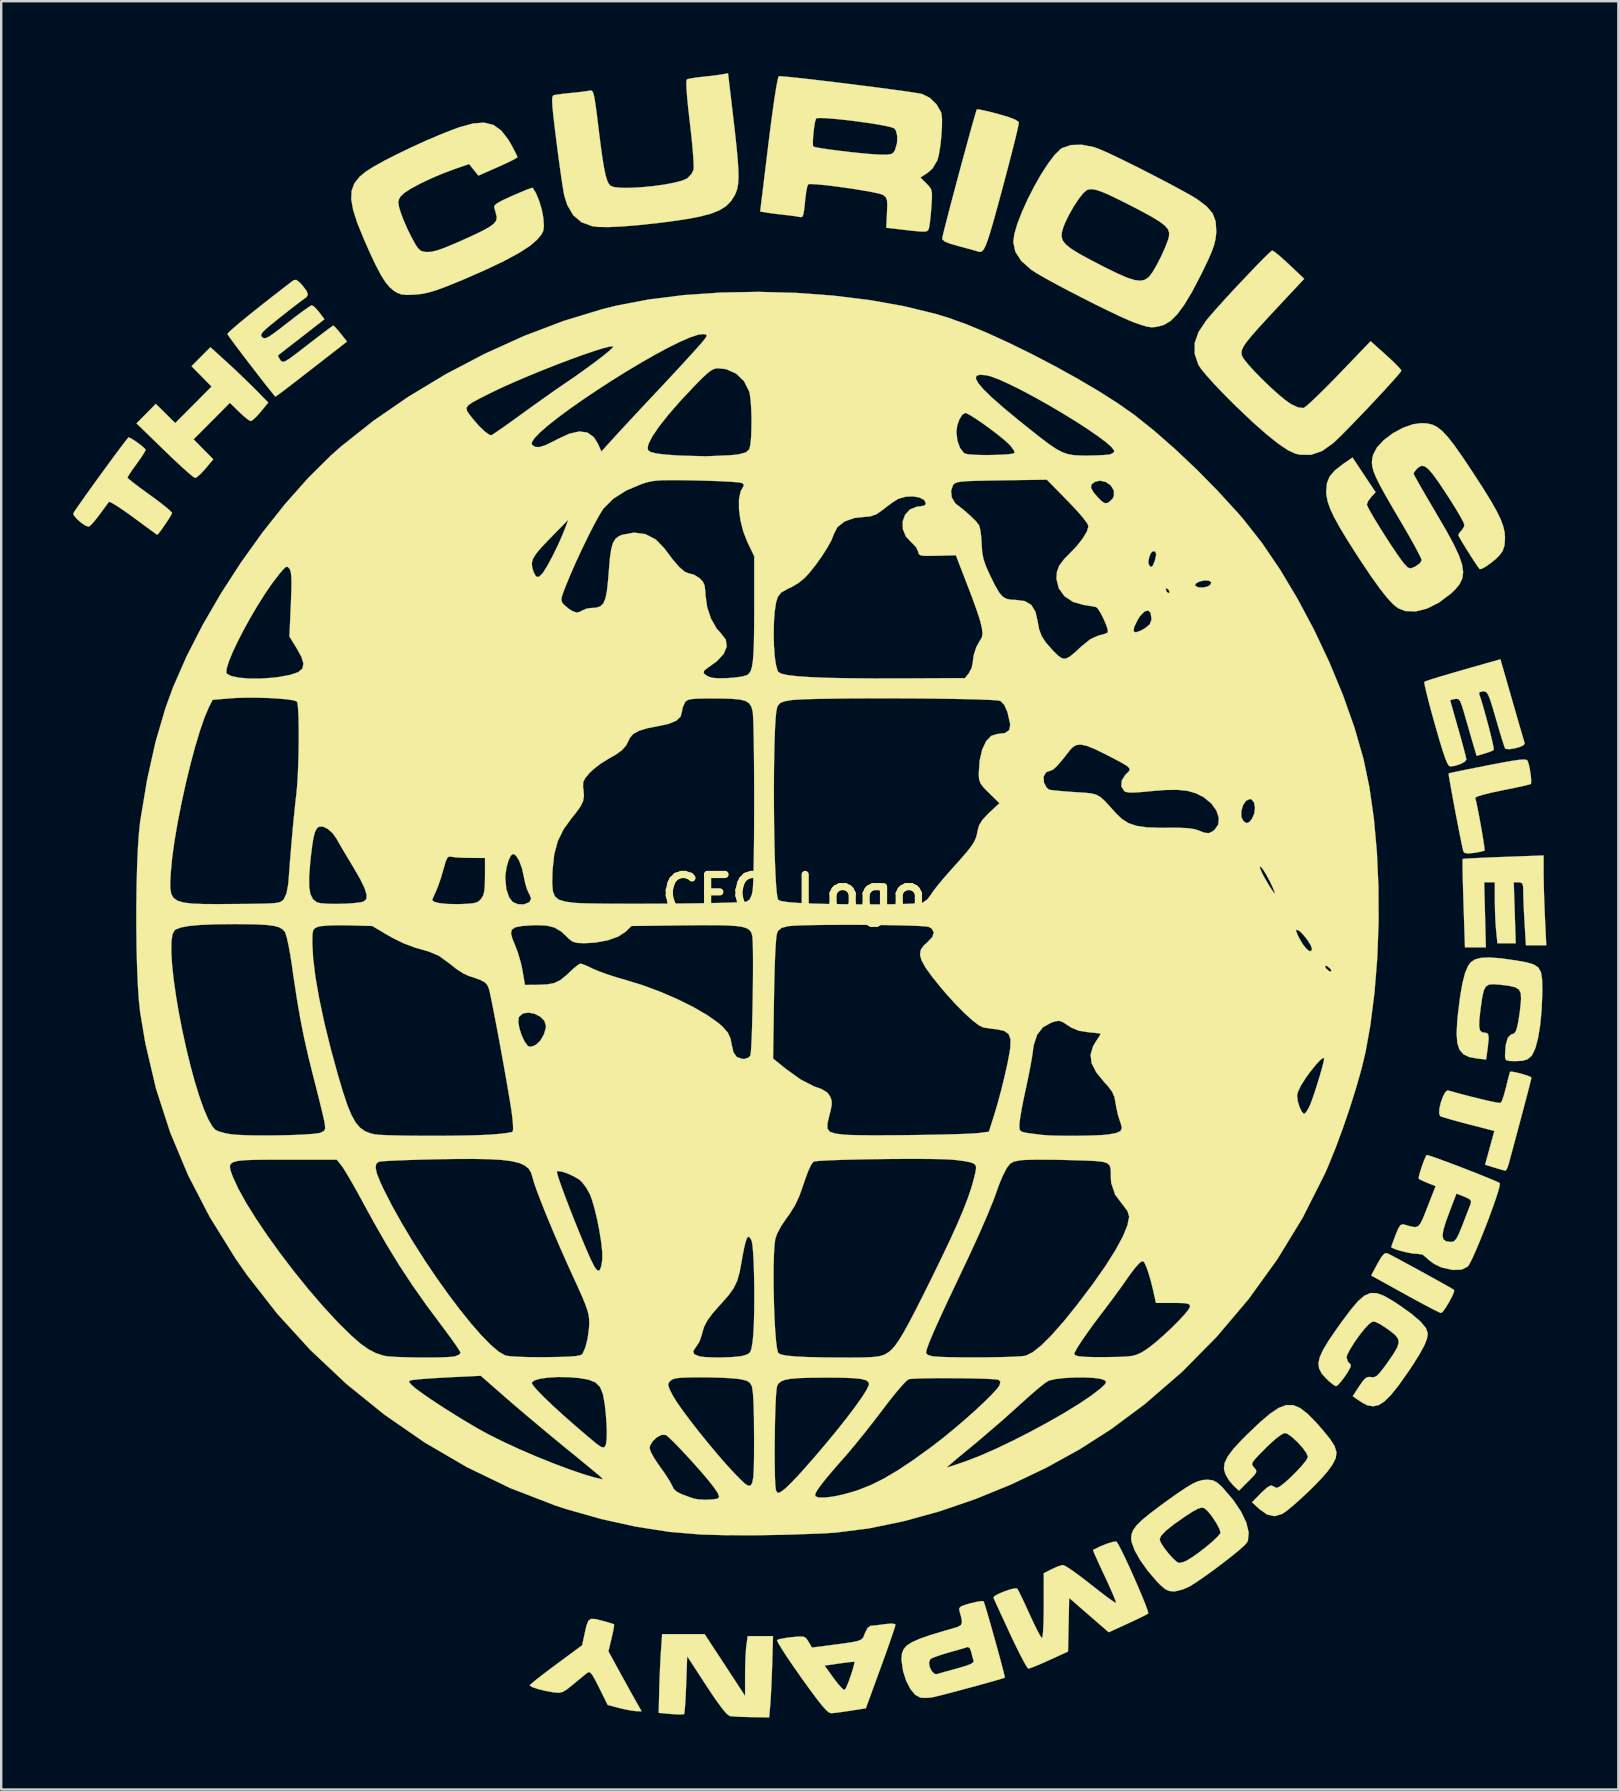
<source format=kicad_pcb>
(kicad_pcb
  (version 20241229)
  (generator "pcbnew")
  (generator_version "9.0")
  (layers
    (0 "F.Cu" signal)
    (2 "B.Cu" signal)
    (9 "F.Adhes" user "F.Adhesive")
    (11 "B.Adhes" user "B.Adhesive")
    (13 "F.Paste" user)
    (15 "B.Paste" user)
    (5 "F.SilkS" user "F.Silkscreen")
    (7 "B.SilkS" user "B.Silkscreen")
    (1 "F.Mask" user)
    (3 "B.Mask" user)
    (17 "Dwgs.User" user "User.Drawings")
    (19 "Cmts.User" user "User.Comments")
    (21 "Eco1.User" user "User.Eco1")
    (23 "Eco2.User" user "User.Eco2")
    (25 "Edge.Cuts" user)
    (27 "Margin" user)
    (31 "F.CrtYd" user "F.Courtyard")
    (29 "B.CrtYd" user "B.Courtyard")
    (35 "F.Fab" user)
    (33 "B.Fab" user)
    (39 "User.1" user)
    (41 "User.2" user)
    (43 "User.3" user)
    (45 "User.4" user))
  (footprint "CEC_Logo"
    (layer "F.Cu")
    (at 30.029 34.223)
    (property "Reference" "CEC_Logo" (at 0 0 0) (layer "F.SilkS") (effects (font (size 1.524 1.524) (thickness 0.3))))
    (attr through_hole)
    (fp_poly (pts (xy 24.715 14.945) (xy 24.828 15) (xy 25.056 15.12) (xy 25.369 15.287) (xy 25.738 15.488) (xy 26.135 15.705) (xy 26.53 15.922) (xy 26.894 16.124) (xy 27.199 16.295) (xy 27.415 16.419) (xy 27.513 16.48) (xy 27.515 16.481) (xy 27.503 16.574) (xy 27.423 16.758) (xy 27.302 16.984) (xy 27.168 17.206) (xy 27.048 17.374) (xy 26.969 17.44) (xy 26.871 17.401) (xy 26.649 17.291) (xy 26.329 17.124) (xy 25.935 16.913) (xy 25.491 16.669) (xy 25.47 16.658) (xy 24.058 15.876) (xy 24.319 15.385) (xy 24.483 15.105) (xy 24.607 14.965) (xy 24.71 14.943) (xy 24.715 14.945)) (stroke (width 0.01) (type solid)) (fill yes) (layer "F.SilkS"))
    (fp_poly (pts (xy -23.649 -22.203) (xy -23.291 -21.873) (xy -22.906 -21.506) (xy -22.557 -21.164) (xy -22.444 -21.051) (xy -21.901 -20.499) (xy -22.217 -20.113) (xy -22.402 -19.905) (xy -22.557 -19.765) (xy -22.63 -19.727) (xy -22.737 -19.783) (xy -22.919 -19.928) (xy -23.113 -20.108) (xy -23.5 -20.488) (xy -25.014 -18.967) (xy -24.194 -18.134) (xy -24.518 -17.745) (xy -24.708 -17.537) (xy -24.868 -17.396) (xy -24.947 -17.357) (xy -25.038 -17.413) (xy -25.228 -17.571) (xy -25.497 -17.811) (xy -25.826 -18.116) (xy -26.192 -18.467) (xy -26.22 -18.494) (xy -27.39 -19.631) (xy -26.989 -20.037) (xy -26.587 -20.443) (xy -25.776 -19.644) (xy -25.019 -20.405) (xy -24.262 -21.165) (xy -24.681 -21.59) (xy -25.099 -22.015) (xy -24.311 -22.804) (xy -23.649 -22.203)) (stroke (width 0.01) (type solid)) (fill yes) (layer "F.SilkS"))
    (fp_poly (pts (xy -2.032 33.395) (xy -2.032 32.542) (xy -2.026 32.127) (xy -2.012 31.728) (xy -1.99 31.407) (xy -1.978 31.296) (xy -1.924 30.903) (xy -0.868 30.903) (xy -0.902 32.068) (xy -0.919 32.551) (xy -0.939 33.026) (xy -0.961 33.44) (xy -0.981 33.742) (xy -0.983 33.761) (xy -1.029 34.29) (xy -1.764 34.278) (xy -2.12 34.269) (xy -2.428 34.255) (xy -2.635 34.238) (xy -2.672 34.232) (xy -2.797 34.141) (xy -2.999 33.903) (xy -3.276 33.522) (xy -3.626 32.999) (xy -3.646 32.969) (xy -4.445 31.739) (xy -4.487 32.923) (xy -4.506 33.353) (xy -4.526 33.72) (xy -4.548 33.991) (xy -4.567 34.136) (xy -4.573 34.15) (xy -4.674 34.166) (xy -4.892 34.163) (xy -5.124 34.147) (xy -5.632 34.101) (xy -5.609 33.158) (xy -5.594 32.68) (xy -5.573 32.173) (xy -5.55 31.717) (xy -5.537 31.517) (xy -5.488 30.819) (xy -3.718 30.819) (xy -2.032 33.395)) (stroke (width 0.01) (type solid)) (fill yes) (layer "F.SilkS"))
    (fp_poly (pts (xy 31.242 -0.912) (xy 31.246 -0.542) (xy 31.258 -0.064) (xy 31.276 0.458) (xy 31.297 0.96) (xy 31.353 2.117) (xy 30.506 2.117) (xy 30.451 1.214) (xy 30.427 0.789) (xy 30.408 0.379) (xy 30.397 0.043) (xy 30.395 -0.098) (xy 30.387 -0.345) (xy 30.35 -0.466) (xy 30.261 -0.505) (xy 30.197 -0.508) (xy 29.998 -0.508) (xy 30.039 0.762) (xy 30.08 2.032) (xy 29.319 2.032) (xy 29.264 1.512) (xy 29.238 1.171) (xy 29.219 0.743) (xy 29.21 0.313) (xy 29.21 0.242) (xy 29.21 -0.508) (xy 28.766 -0.508) (xy 28.801 0.847) (xy 28.835 2.201) (xy 27.965 2.201) (xy 27.904 0.373) (xy 27.888 -0.165) (xy 27.875 -0.642) (xy 27.867 -1.034) (xy 27.865 -1.317) (xy 27.868 -1.464) (xy 27.871 -1.48) (xy 27.96 -1.491) (xy 28.192 -1.505) (xy 28.541 -1.523) (xy 28.981 -1.543) (xy 29.487 -1.563) (xy 29.57 -1.566) (xy 31.242 -1.627) (xy 31.242 -0.912)) (stroke (width 0.01) (type solid)) (fill yes) (layer "F.SilkS"))
    (fp_poly (pts (xy 7.718 -32.711) (xy 7.937 -32.667) (xy 8.247 -32.593) (xy 8.508 -32.525) (xy 8.951 -32.394) (xy 9.24 -32.281) (xy 9.37 -32.188) (xy 9.376 -32.172) (xy 9.36 -32.062) (xy 9.304 -31.809) (xy 9.214 -31.435) (xy 9.094 -30.958) (xy 8.95 -30.4) (xy 8.787 -29.782) (xy 8.691 -29.422) (xy 8.491 -28.681) (xy 8.327 -28.088) (xy 8.193 -27.628) (xy 8.084 -27.285) (xy 7.994 -27.044) (xy 7.915 -26.89) (xy 7.843 -26.806) (xy 7.77 -26.777) (xy 7.692 -26.787) (xy 7.662 -26.798) (xy 7.546 -26.833) (xy 7.31 -26.898) (xy 6.997 -26.982) (xy 6.879 -27.013) (xy 6.513 -27.119) (xy 6.292 -27.208) (xy 6.194 -27.293) (xy 6.183 -27.335) (xy 6.205 -27.446) (xy 6.264 -27.694) (xy 6.356 -28.055) (xy 6.472 -28.505) (xy 6.608 -29.021) (xy 6.756 -29.579) (xy 6.91 -30.155) (xy 7.064 -30.726) (xy 7.212 -31.268) (xy 7.346 -31.757) (xy 7.462 -32.17) (xy 7.552 -32.483) (xy 7.609 -32.671) (xy 7.627 -32.717) (xy 7.718 -32.711)) (stroke (width 0.01) (type solid)) (fill yes) (layer "F.SilkS"))
    (fp_poly (pts (xy -8.289 30.189) (xy -8.019 30.253) (xy -8.005 30.257) (xy -7.742 30.329) (xy -7.554 30.386) (xy -7.491 30.411) (xy -7.496 30.501) (xy -7.533 30.709) (xy -7.595 30.989) (xy -7.727 31.538) (xy -7.24 32.427) (xy -7.026 32.817) (xy -6.82 33.19) (xy -6.647 33.5) (xy -6.548 33.676) (xy -6.343 34.036) (xy -6.579 34.028) (xy -6.795 34.001) (xy -7.092 33.943) (xy -7.286 33.895) (xy -7.757 33.772) (xy -8.115 33.049) (xy -8.284 32.716) (xy -8.402 32.513) (xy -8.487 32.417) (xy -8.558 32.405) (xy -8.618 32.439) (xy -8.756 32.55) (xy -8.975 32.73) (xy -9.209 32.924) (xy -9.456 33.122) (xy -9.631 33.228) (xy -9.789 33.263) (xy -9.983 33.249) (xy -10.013 33.245) (xy -10.352 33.184) (xy -10.656 33.11) (xy -10.885 33.034) (xy -10.998 32.967) (xy -11.004 32.953) (xy -10.938 32.885) (xy -10.758 32.735) (xy -10.488 32.523) (xy -10.149 32.266) (xy -9.911 32.089) (xy -8.822 31.284) (xy -8.72 30.809) (xy -8.643 30.47) (xy -8.567 30.272) (xy -8.461 30.186) (xy -8.289 30.189)) (stroke (width 0.01) (type solid)) (fill yes) (layer "F.SilkS"))
    (fp_poly (pts (xy 30.125 7.421) (xy 30.357 7.481) (xy 30.572 7.548) (xy 30.711 7.607) (xy 30.734 7.629) (xy 30.713 7.728) (xy 30.655 7.963) (xy 30.565 8.31) (xy 30.452 8.742) (xy 30.322 9.232) (xy 30.307 9.287) (xy 30.169 9.804) (xy 30.04 10.285) (xy 29.929 10.699) (xy 29.845 11.013) (xy 29.796 11.196) (xy 29.796 11.197) (xy 29.728 11.398) (xy 29.665 11.504) (xy 29.651 11.509) (xy 29.541 11.482) (xy 29.329 11.421) (xy 29.197 11.382) (xy 28.803 11.26) (xy 29.19 9.853) (xy 28.111 9.574) (xy 27.7 9.465) (xy 27.345 9.366) (xy 27.081 9.287) (xy 26.94 9.238) (xy 26.931 9.233) (xy 26.888 9.121) (xy 26.902 8.915) (xy 26.96 8.665) (xy 27.046 8.423) (xy 27.144 8.238) (xy 27.24 8.162) (xy 27.256 8.164) (xy 27.742 8.299) (xy 28.218 8.423) (xy 28.655 8.531) (xy 29.024 8.616) (xy 29.295 8.67) (xy 29.441 8.686) (xy 29.456 8.683) (xy 29.51 8.584) (xy 29.586 8.364) (xy 29.667 8.068) (xy 29.678 8.023) (xy 29.752 7.725) (xy 29.81 7.499) (xy 29.842 7.39) (xy 29.844 7.386) (xy 29.935 7.384) (xy 30.125 7.421)) (stroke (width 0.01) (type solid)) (fill yes) (layer "F.SilkS"))
    (fp_poly (pts (xy 30.52 -5.614) (xy 30.569 -5.581) (xy 30.62 -5.439) (xy 30.669 -5.211) (xy 30.707 -4.957) (xy 30.726 -4.737) (xy 30.716 -4.613) (xy 30.712 -4.606) (xy 30.619 -4.577) (xy 30.391 -4.522) (xy 30.059 -4.45) (xy 29.654 -4.367) (xy 29.516 -4.339) (xy 29.073 -4.246) (xy 28.723 -4.159) (xy 28.488 -4.085) (xy 28.392 -4.032) (xy 28.391 -4.024) (xy 28.43 -3.879) (xy 28.485 -3.621) (xy 28.55 -3.289) (xy 28.617 -2.921) (xy 28.682 -2.554) (xy 28.735 -2.226) (xy 28.772 -1.977) (xy 28.784 -1.843) (xy 28.782 -1.83) (xy 28.683 -1.798) (xy 28.474 -1.755) (xy 28.343 -1.734) (xy 28.08 -1.709) (xy 27.943 -1.737) (xy 27.902 -1.79) (xy 27.87 -1.915) (xy 27.816 -2.167) (xy 27.746 -2.515) (xy 27.665 -2.927) (xy 27.579 -3.373) (xy 27.494 -3.822) (xy 27.417 -4.242) (xy 27.352 -4.603) (xy 27.305 -4.874) (xy 27.284 -5.025) (xy 27.284 -5.044) (xy 27.369 -5.067) (xy 27.596 -5.116) (xy 27.936 -5.187) (xy 28.366 -5.273) (xy 28.858 -5.371) (xy 28.902 -5.38) (xy 29.475 -5.49) (xy 29.903 -5.566) (xy 30.207 -5.61) (xy 30.405 -5.626) (xy 30.52 -5.614)) (stroke (width 0.01) (type solid)) (fill yes) (layer "F.SilkS"))
    (fp_poly (pts (xy -27.614 -19.004) (xy -27.437 -18.891) (xy -27.243 -18.75) (xy -27.083 -18.618) (xy -27.009 -18.535) (xy -27.009 -18.531) (xy -27.056 -18.432) (xy -27.18 -18.237) (xy -27.357 -17.985) (xy -27.39 -17.94) (xy -27.572 -17.686) (xy -27.706 -17.485) (xy -27.767 -17.376) (xy -27.768 -17.369) (xy -27.703 -17.302) (xy -27.523 -17.158) (xy -27.257 -16.956) (xy -26.928 -16.715) (xy -26.837 -16.65) (xy -26.496 -16.4) (xy -26.211 -16.179) (xy -26.008 -16.009) (xy -25.912 -15.91) (xy -25.908 -15.899) (xy -25.951 -15.806) (xy -26.06 -15.628) (xy -26.204 -15.412) (xy -26.35 -15.203) (xy -26.469 -15.047) (xy -26.529 -14.989) (xy -26.598 -15.038) (xy -26.779 -15.169) (xy -27.047 -15.365) (xy -27.377 -15.608) (xy -27.513 -15.709) (xy -27.862 -15.96) (xy -28.164 -16.164) (xy -28.392 -16.304) (xy -28.52 -16.363) (xy -28.538 -16.362) (xy -28.612 -16.265) (xy -28.755 -16.073) (xy -28.937 -15.824) (xy -28.946 -15.812) (xy -29.133 -15.571) (xy -29.289 -15.397) (xy -29.384 -15.325) (xy -29.388 -15.325) (xy -29.527 -15.376) (xy -29.709 -15.501) (xy -29.883 -15.657) (xy -30.002 -15.802) (xy -30.024 -15.881) (xy -29.964 -15.98) (xy -29.823 -16.186) (xy -29.618 -16.477) (xy -29.367 -16.83) (xy -29.086 -17.22) (xy -28.792 -17.624) (xy -28.504 -18.019) (xy -28.236 -18.381) (xy -28.008 -18.686) (xy -27.836 -18.912) (xy -27.736 -19.035) (xy -27.719 -19.05) (xy -27.614 -19.004)) (stroke (width 0.01) (type solid)) (fill yes) (layer "F.SilkS"))
    (fp_poly (pts (xy 4.216 30.402) (xy 4.233 30.435) (xy 4.205 30.539) (xy 4.127 30.778) (xy 4.008 31.126) (xy 3.856 31.558) (xy 3.679 32.05) (xy 3.617 32.219) (xy 3.001 33.909) (xy 2.368 34.01) (xy 2.035 34.059) (xy 1.747 34.097) (xy 1.563 34.115) (xy 1.553 34.115) (xy 1.468 34.087) (xy 1.349 33.988) (xy 1.183 33.805) (xy 0.96 33.523) (xy 0.666 33.128) (xy 0.303 32.623) (xy -0.006 32.182) (xy -0.041 32.131) (xy 1.281 32.131) (xy 1.662 32.661) (xy 1.851 32.907) (xy 2.008 33.079) (xy 2.105 33.149) (xy 2.116 33.147) (xy 2.177 33.05) (xy 2.269 32.836) (xy 2.371 32.553) (xy 2.373 32.548) (xy 2.461 32.27) (xy 2.516 32.064) (xy 2.528 31.974) (xy 2.528 31.973) (xy 2.435 31.975) (xy 2.22 31.998) (xy 1.926 32.037) (xy 1.889 32.042) (xy 1.281 32.131) (xy -0.041 32.131) (xy -0.275 31.787) (xy -0.488 31.459) (xy -0.634 31.217) (xy -0.699 31.083) (xy -0.7 31.064) (xy -0.587 31.024) (xy -0.358 30.981) (xy -0.085 30.946) (xy 0.213 30.919) (xy 0.39 30.924) (xy 0.495 30.973) (xy 0.577 31.08) (xy 0.61 31.135) (xy 0.753 31.38) (xy 1.626 31.267) (xy 2.102 31.205) (xy 2.438 31.154) (xy 2.662 31.106) (xy 2.8 31.049) (xy 2.88 30.975) (xy 2.931 30.872) (xy 2.963 30.776) (xy 3.07 30.565) (xy 3.195 30.474) (xy 3.203 30.474) (xy 3.365 30.459) (xy 3.623 30.427) (xy 3.789 30.404) (xy 4.077 30.378) (xy 4.216 30.402)) (stroke (width 0.01) (type solid)) (fill yes) (layer "F.SilkS"))
    (fp_poly (pts (xy 20.81 21.278) (xy 21.101 21.401) (xy 21.411 21.643) (xy 21.764 22.003) (xy 22.017 22.289) (xy 22.333 22.674) (xy 22.53 22.979) (xy 22.611 23.238) (xy 22.581 23.485) (xy 22.445 23.754) (xy 22.253 24.021) (xy 22.043 24.267) (xy 21.758 24.568) (xy 21.429 24.893) (xy 21.089 25.21) (xy 20.771 25.491) (xy 20.507 25.704) (xy 20.347 25.811) (xy 20.032 25.904) (xy 19.726 25.84) (xy 19.409 25.617) (xy 19.092 25.326) (xy 19.469 24.94) (xy 19.718 24.711) (xy 19.879 24.624) (xy 19.931 24.638) (xy 20.088 24.718) (xy 20.133 24.723) (xy 20.258 24.663) (xy 20.458 24.507) (xy 20.7 24.288) (xy 20.95 24.039) (xy 21.176 23.794) (xy 21.343 23.586) (xy 21.419 23.448) (xy 21.421 23.435) (xy 21.36 23.277) (xy 21.206 23.061) (xy 20.997 22.828) (xy 20.773 22.619) (xy 20.575 22.476) (xy 20.463 22.437) (xy 20.324 22.497) (xy 20.098 22.664) (xy 19.813 22.918) (xy 19.656 23.071) (xy 19.376 23.353) (xy 19.2 23.543) (xy 19.112 23.668) (xy 19.097 23.755) (xy 19.137 23.83) (xy 19.179 23.879) (xy 19.258 23.977) (xy 19.271 24.063) (xy 19.202 24.176) (xy 19.035 24.354) (xy 18.942 24.447) (xy 18.547 24.842) (xy 18.322 24.634) (xy 18.127 24.405) (xy 17.98 24.151) (xy 17.921 23.924) (xy 17.949 23.689) (xy 18.075 23.424) (xy 18.309 23.109) (xy 18.663 22.725) (xy 18.889 22.499) (xy 19.408 22.005) (xy 19.838 21.637) (xy 20.2 21.395) (xy 20.517 21.275) (xy 20.81 21.278)) (stroke (width 0.01) (type solid)) (fill yes) (layer "F.SilkS"))
    (fp_poly (pts (xy 29.478 2.661) (xy 30.093 2.748) (xy 30.524 2.825) (xy 30.826 2.913) (xy 31.02 3.04) (xy 31.131 3.237) (xy 31.179 3.532) (xy 31.188 3.955) (xy 31.185 4.173) (xy 31.157 4.849) (xy 31.097 5.463) (xy 31.009 5.99) (xy 30.898 6.406) (xy 30.768 6.685) (xy 30.724 6.741) (xy 30.569 6.867) (xy 30.372 6.928) (xy 30.084 6.943) (xy 29.823 6.937) (xy 29.689 6.907) (xy 29.641 6.83) (xy 29.634 6.71) (xy 29.664 6.268) (xy 29.747 5.974) (xy 29.882 5.835) (xy 29.919 5.825) (xy 30.023 5.784) (xy 30.096 5.672) (xy 30.157 5.451) (xy 30.196 5.249) (xy 30.249 4.895) (xy 30.288 4.548) (xy 30.302 4.342) (xy 30.29 4.117) (xy 30.221 3.966) (xy 30.066 3.868) (xy 29.796 3.804) (xy 29.443 3.76) (xy 29.162 3.738) (xy 28.966 3.754) (xy 28.835 3.835) (xy 28.747 4.005) (xy 28.683 4.29) (xy 28.622 4.716) (xy 28.614 4.771) (xy 28.565 5.197) (xy 28.555 5.484) (xy 28.588 5.656) (xy 28.67 5.738) (xy 28.784 5.757) (xy 28.886 5.775) (xy 28.94 5.85) (xy 28.951 6.013) (xy 28.924 6.297) (xy 28.901 6.475) (xy 28.846 6.877) (xy 28.479 6.836) (xy 28.144 6.773) (xy 27.899 6.657) (xy 27.736 6.467) (xy 27.645 6.185) (xy 27.617 5.788) (xy 27.645 5.257) (xy 27.676 4.948) (xy 27.765 4.239) (xy 27.862 3.684) (xy 27.97 3.269) (xy 28.094 2.977) (xy 28.199 2.831) (xy 28.375 2.708) (xy 28.634 2.639) (xy 28.995 2.624) (xy 29.478 2.661)) (stroke (width 0.01) (type solid)) (fill yes) (layer "F.SilkS"))
    (fp_poly (pts (xy 7.907 29.452) (xy 7.945 29.556) (xy 8.016 29.789) (xy 8.113 30.119) (xy 8.226 30.515) (xy 8.348 30.949) (xy 8.47 31.388) (xy 8.584 31.804) (xy 8.68 32.165) (xy 8.751 32.441) (xy 8.789 32.603) (xy 8.791 32.632) (xy 8.696 32.666) (xy 8.468 32.734) (xy 8.139 32.827) (xy 7.743 32.937) (xy 7.31 33.055) (xy 6.872 33.172) (xy 6.462 33.281) (xy 6.111 33.371) (xy 5.85 33.435) (xy 5.715 33.463) (xy 5.462 33.478) (xy 5.272 33.465) (xy 5.056 33.349) (xy 4.852 33.1) (xy 4.677 32.757) (xy 4.551 32.357) (xy 4.498 31.992) (xy 5.632 31.992) (xy 5.658 32.18) (xy 5.744 32.362) (xy 5.864 32.478) (xy 5.961 32.487) (xy 6.08 32.451) (xy 6.32 32.383) (xy 6.638 32.295) (xy 6.796 32.251) (xy 7.158 32.146) (xy 7.379 32.062) (xy 7.48 31.99) (xy 7.488 31.921) (xy 7.435 31.743) (xy 7.391 31.555) (xy 7.327 31.396) (xy 7.245 31.355) (xy 7.121 31.394) (xy 6.88 31.465) (xy 6.568 31.554) (xy 6.473 31.581) (xy 6.146 31.678) (xy 5.877 31.771) (xy 5.712 31.842) (xy 5.692 31.856) (xy 5.632 31.992) (xy 4.498 31.992) (xy 4.49 31.936) (xy 4.487 31.831) (xy 4.505 31.625) (xy 4.572 31.451) (xy 4.704 31.298) (xy 4.921 31.156) (xy 5.242 31.014) (xy 5.683 30.86) (xy 6.263 30.685) (xy 6.549 30.603) (xy 6.814 30.524) (xy 6.961 30.444) (xy 7.007 30.323) (xy 6.974 30.116) (xy 6.898 29.843) (xy 6.89 29.743) (xy 6.959 29.669) (xy 7.137 29.598) (xy 7.362 29.534) (xy 7.633 29.471) (xy 7.83 29.442) (xy 7.907 29.452)) (stroke (width 0.01) (type solid)) (fill yes) (layer "F.SilkS"))
    (fp_poly (pts (xy 17.457 24.41) (xy 17.646 24.509) (xy 17.867 24.714) (xy 17.875 24.724) (xy 18.308 25.228) (xy 18.637 25.719) (xy 18.855 26.176) (xy 18.952 26.581) (xy 18.922 26.914) (xy 18.885 27.001) (xy 18.781 27.117) (xy 18.567 27.308) (xy 18.27 27.552) (xy 17.92 27.826) (xy 17.543 28.11) (xy 17.17 28.381) (xy 16.828 28.618) (xy 16.546 28.799) (xy 16.489 28.833) (xy 16.203 28.959) (xy 15.914 29.032) (xy 15.823 29.04) (xy 15.634 29.02) (xy 15.466 28.941) (xy 15.271 28.772) (xy 15.126 28.623) (xy 14.744 28.177) (xy 14.43 27.735) (xy 14.201 27.327) (xy 14.074 26.982) (xy 14.06 26.87) (xy 15.24 26.87) (xy 15.293 27.013) (xy 15.428 27.222) (xy 15.608 27.454) (xy 15.799 27.666) (xy 15.963 27.813) (xy 16.052 27.855) (xy 16.227 27.817) (xy 16.367 27.757) (xy 16.609 27.609) (xy 16.892 27.408) (xy 17.182 27.182) (xy 17.447 26.957) (xy 17.653 26.763) (xy 17.767 26.625) (xy 17.78 26.59) (xy 17.729 26.423) (xy 17.601 26.184) (xy 17.431 25.927) (xy 17.254 25.705) (xy 17.107 25.572) (xy 17.1 25.568) (xy 16.991 25.547) (xy 16.836 25.594) (xy 16.602 25.722) (xy 16.325 25.901) (xy 15.84 26.24) (xy 15.501 26.512) (xy 15.303 26.721) (xy 15.24 26.87) (xy 14.06 26.87) (xy 14.055 26.829) (xy 14.074 26.65) (xy 14.145 26.475) (xy 14.282 26.288) (xy 14.504 26.07) (xy 14.827 25.803) (xy 15.268 25.47) (xy 15.505 25.296) (xy 15.974 24.961) (xy 16.336 24.718) (xy 16.616 24.552) (xy 16.842 24.45) (xy 17.038 24.399) (xy 17.231 24.384) (xy 17.239 24.384) (xy 17.457 24.41)) (stroke (width 0.01) (type solid)) (fill yes) (layer "F.SilkS"))
    (fp_poly (pts (xy 24.283 16.61) (xy 24.582 16.718) (xy 24.943 16.924) (xy 25.218 17.104) (xy 25.745 17.479) (xy 26.117 17.8) (xy 26.34 18.069) (xy 26.416 18.291) (xy 26.416 18.297) (xy 26.383 18.505) (xy 26.279 18.774) (xy 26.092 19.121) (xy 25.814 19.568) (xy 25.568 19.935) (xy 25.193 20.465) (xy 24.878 20.857) (xy 24.609 21.123) (xy 24.369 21.275) (xy 24.142 21.326) (xy 23.913 21.288) (xy 23.876 21.275) (xy 23.719 21.194) (xy 23.52 21.067) (xy 23.518 21.066) (xy 23.288 20.904) (xy 23.561 20.485) (xy 23.727 20.248) (xy 23.851 20.13) (xy 23.974 20.101) (xy 24.05 20.111) (xy 24.166 20.118) (xy 24.277 20.068) (xy 24.411 19.936) (xy 24.596 19.699) (xy 24.709 19.545) (xy 24.974 19.164) (xy 25.137 18.885) (xy 25.204 18.678) (xy 25.179 18.516) (xy 25.07 18.369) (xy 24.968 18.279) (xy 24.714 18.088) (xy 24.454 17.919) (xy 24.409 17.894) (xy 24.222 17.802) (xy 24.105 17.799) (xy 23.981 17.888) (xy 23.955 17.911) (xy 23.771 18.106) (xy 23.562 18.371) (xy 23.355 18.666) (xy 23.179 18.947) (xy 23.062 19.174) (xy 23.029 19.289) (xy 23.084 19.465) (xy 23.155 19.535) (xy 23.21 19.597) (xy 23.189 19.707) (xy 23.082 19.899) (xy 22.984 20.048) (xy 22.815 20.278) (xy 22.672 20.438) (xy 22.594 20.489) (xy 22.487 20.434) (xy 22.31 20.29) (xy 22.173 20.161) (xy 21.994 19.957) (xy 21.888 19.756) (xy 21.858 19.538) (xy 21.913 19.282) (xy 22.056 18.967) (xy 22.294 18.574) (xy 22.632 18.082) (xy 22.83 17.806) (xy 23.2 17.31) (xy 23.505 16.95) (xy 23.77 16.719) (xy 24.021 16.608) (xy 24.283 16.61)) (stroke (width 0.01) (type solid)) (fill yes) (layer "F.SilkS"))
    (fp_poly (pts (xy 20.03 -26.779) (xy 20.217 -26.63) (xy 20.463 -26.412) (xy 20.645 -26.244) (xy 21.266 -25.655) (xy 20.176 -24.49) (xy 19.701 -23.98) (xy 19.332 -23.576) (xy 19.056 -23.261) (xy 18.862 -23.02) (xy 18.738 -22.836) (xy 18.671 -22.694) (xy 18.651 -22.577) (xy 18.664 -22.47) (xy 18.665 -22.464) (xy 18.751 -22.312) (xy 18.939 -22.078) (xy 19.203 -21.788) (xy 19.515 -21.469) (xy 19.849 -21.148) (xy 20.176 -20.852) (xy 20.471 -20.607) (xy 20.707 -20.44) (xy 20.72 -20.432) (xy 21.012 -20.296) (xy 21.228 -20.271) (xy 21.247 -20.276) (xy 21.353 -20.351) (xy 21.556 -20.531) (xy 21.836 -20.797) (xy 22.175 -21.131) (xy 22.552 -21.514) (xy 22.725 -21.693) (xy 24.033 -23.056) (xy 24.674 -22.482) (xy 24.943 -22.234) (xy 25.156 -22.023) (xy 25.287 -21.878) (xy 25.315 -21.829) (xy 25.259 -21.746) (xy 25.104 -21.562) (xy 24.869 -21.298) (xy 24.574 -20.974) (xy 24.237 -20.612) (xy 23.879 -20.232) (xy 23.518 -19.855) (xy 23.175 -19.5) (xy 22.868 -19.189) (xy 22.616 -18.942) (xy 22.461 -18.798) (xy 22.005 -18.477) (xy 21.55 -18.321) (xy 21.082 -18.327) (xy 20.891 -18.373) (xy 20.586 -18.515) (xy 20.182 -18.787) (xy 19.686 -19.183) (xy 19.102 -19.7) (xy 18.436 -20.333) (xy 18.288 -20.478) (xy 17.858 -20.912) (xy 17.48 -21.31) (xy 17.174 -21.653) (xy 16.958 -21.919) (xy 16.856 -22.073) (xy 16.702 -22.53) (xy 16.703 -22.98) (xy 16.863 -23.437) (xy 17.181 -23.915) (xy 17.374 -24.145) (xy 17.637 -24.443) (xy 17.95 -24.79) (xy 18.294 -25.164) (xy 18.65 -25.544) (xy 18.997 -25.911) (xy 19.316 -26.243) (xy 19.589 -26.52) (xy 19.795 -26.721) (xy 19.915 -26.826) (xy 19.935 -26.836) (xy 20.03 -26.779)) (stroke (width 0.01) (type solid)) (fill yes) (layer "F.SilkS"))
    (fp_poly (pts (xy -20.585 -25.498) (xy -20.489 -25.392) (xy -20.311 -25.163) (xy -20.25 -25.012) (xy -20.3 -24.902) (xy -20.384 -24.838) (xy -20.503 -24.752) (xy -20.726 -24.583) (xy -21.02 -24.355) (xy -21.356 -24.09) (xy -21.41 -24.048) (xy -21.765 -23.763) (xy -22.003 -23.561) (xy -22.142 -23.423) (xy -22.198 -23.329) (xy -22.189 -23.261) (xy -22.157 -23.222) (xy -22.094 -23.179) (xy -22.009 -23.182) (xy -21.88 -23.242) (xy -21.684 -23.373) (xy -21.397 -23.588) (xy -21.096 -23.823) (xy -20.754 -24.087) (xy -20.456 -24.309) (xy -20.229 -24.469) (xy -20.1 -24.548) (xy -20.083 -24.553) (xy -19.986 -24.492) (xy -19.839 -24.336) (xy -19.78 -24.263) (xy -19.558 -23.972) (xy -20.51 -23.231) (xy -20.853 -22.965) (xy -21.145 -22.738) (xy -21.362 -22.57) (xy -21.48 -22.479) (xy -21.493 -22.469) (xy -21.474 -22.393) (xy -21.403 -22.277) (xy -21.352 -22.217) (xy -21.289 -22.195) (xy -21.192 -22.223) (xy -21.04 -22.314) (xy -20.811 -22.48) (xy -20.482 -22.731) (xy -20.256 -22.907) (xy -19.899 -23.182) (xy -19.591 -23.417) (xy -19.355 -23.593) (xy -19.216 -23.692) (xy -19.189 -23.707) (xy -19.118 -23.646) (xy -18.981 -23.492) (xy -18.885 -23.374) (xy -18.621 -23.04) (xy -20.097 -21.892) (xy -20.526 -21.559) (xy -20.909 -21.263) (xy -21.226 -21.021) (xy -21.458 -20.847) (xy -21.585 -20.756) (xy -21.602 -20.746) (xy -21.661 -20.811) (xy -21.806 -20.989) (xy -22.021 -21.26) (xy -22.289 -21.603) (xy -22.594 -21.998) (xy -22.604 -22.011) (xy -22.911 -22.412) (xy -23.181 -22.769) (xy -23.398 -23.06) (xy -23.544 -23.262) (xy -23.603 -23.352) (xy -23.603 -23.353) (xy -23.546 -23.426) (xy -23.368 -23.589) (xy -23.085 -23.83) (xy -22.71 -24.138) (xy -22.259 -24.499) (xy -21.746 -24.903) (xy -21.185 -25.337) (xy -20.845 -25.597) (xy -20.736 -25.612) (xy -20.585 -25.498)) (stroke (width 0.01) (type solid)) (fill yes) (layer "F.SilkS"))
    (fp_poly (pts (xy 29.932 -8.097) (xy 30.08 -7.583) (xy 30.213 -7.122) (xy 30.325 -6.739) (xy 30.406 -6.461) (xy 30.451 -6.313) (xy 30.456 -6.298) (xy 30.406 -6.222) (xy 30.245 -6.147) (xy 30.031 -6.087) (xy 29.819 -6.055) (xy 29.669 -6.067) (xy 29.636 -6.091) (xy 29.594 -6.201) (xy 29.516 -6.442) (xy 29.412 -6.782) (xy 29.293 -7.188) (xy 29.254 -7.323) (xy 29.122 -7.777) (xy 29.023 -8.092) (xy 28.946 -8.293) (xy 28.877 -8.406) (xy 28.807 -8.456) (xy 28.722 -8.467) (xy 28.721 -8.467) (xy 28.57 -8.432) (xy 28.554 -8.361) (xy 28.63 -8.138) (xy 28.724 -7.825) (xy 28.827 -7.457) (xy 28.932 -7.069) (xy 29.027 -6.697) (xy 29.104 -6.376) (xy 29.154 -6.141) (xy 29.168 -6.028) (xy 29.166 -6.024) (xy 29.058 -5.969) (xy 28.853 -5.896) (xy 28.782 -5.874) (xy 28.45 -5.776) (xy 28.285 -6.338) (xy 28.174 -6.719) (xy 28.046 -7.163) (xy 27.936 -7.543) (xy 27.84 -7.864) (xy 27.766 -8.052) (xy 27.695 -8.139) (xy 27.606 -8.155) (xy 27.55 -8.147) (xy 27.396 -8.113) (xy 27.347 -8.097) (xy 27.369 -8.016) (xy 27.43 -7.801) (xy 27.52 -7.482) (xy 27.633 -7.086) (xy 27.686 -6.9) (xy 27.806 -6.472) (xy 27.908 -6.099) (xy 27.982 -5.813) (xy 28.021 -5.644) (xy 28.025 -5.618) (xy 27.952 -5.529) (xy 27.773 -5.435) (xy 27.549 -5.362) (xy 27.351 -5.334) (xy 27.293 -5.368) (xy 27.224 -5.481) (xy 27.138 -5.69) (xy 27.03 -6.012) (xy 26.892 -6.465) (xy 26.719 -7.064) (xy 26.717 -7.072) (xy 26.573 -7.587) (xy 26.451 -8.047) (xy 26.355 -8.425) (xy 26.293 -8.699) (xy 26.27 -8.843) (xy 26.272 -8.859) (xy 26.362 -8.899) (xy 26.592 -8.976) (xy 26.966 -9.09) (xy 27.489 -9.245) (xy 28.167 -9.44) (xy 28.882 -9.643) (xy 29.442 -9.802) (xy 29.932 -8.097)) (stroke (width 0.01) (type solid)) (fill yes) (layer "F.SilkS"))
    (fp_poly (pts (xy 26.455 10.873) (xy 26.667 10.944) (xy 26.976 11.055) (xy 27.354 11.196) (xy 27.77 11.354) (xy 28.194 11.518) (xy 28.597 11.677) (xy 28.95 11.819) (xy 29.222 11.934) (xy 29.385 12.008) (xy 29.415 12.027) (xy 29.412 12.128) (xy 29.353 12.356) (xy 29.248 12.683) (xy 29.109 13.082) (xy 28.946 13.524) (xy 28.77 13.981) (xy 28.591 14.425) (xy 28.421 14.829) (xy 28.271 15.162) (xy 28.151 15.399) (xy 28.078 15.505) (xy 27.825 15.63) (xy 27.467 15.646) (xy 27.031 15.552) (xy 26.947 15.523) (xy 26.675 15.39) (xy 26.441 15.216) (xy 26.397 15.17) (xy 26.195 15.001) (xy 25.97 14.971) (xy 25.969 14.971) (xy 25.804 14.962) (xy 25.564 14.918) (xy 25.302 14.854) (xy 25.07 14.784) (xy 24.92 14.72) (xy 24.892 14.69) (xy 24.92 14.603) (xy 24.992 14.404) (xy 25.058 14.23) (xy 27.029 14.23) (xy 27.071 14.377) (xy 27.188 14.453) (xy 27.38 14.476) (xy 27.405 14.477) (xy 27.505 14.452) (xy 27.598 14.356) (xy 27.702 14.161) (xy 27.836 13.837) (xy 27.859 13.78) (xy 27.989 13.441) (xy 28.103 13.146) (xy 28.182 12.942) (xy 28.198 12.901) (xy 28.22 12.777) (xy 28.146 12.688) (xy 27.942 12.593) (xy 27.938 12.592) (xy 27.61 12.463) (xy 27.346 13.153) (xy 27.168 13.638) (xy 27.062 13.991) (xy 27.029 14.23) (xy 25.058 14.23) (xy 25.075 14.183) (xy 25.186 13.916) (xy 25.274 13.78) (xy 25.366 13.742) (xy 25.435 13.754) (xy 25.698 13.829) (xy 25.88 13.861) (xy 26.009 13.827) (xy 26.113 13.707) (xy 26.222 13.478) (xy 26.364 13.12) (xy 26.4 13.027) (xy 26.743 12.151) (xy 26.417 12.023) (xy 26.2 11.931) (xy 26.058 11.858) (xy 26.039 11.843) (xy 26.045 11.751) (xy 26.096 11.556) (xy 26.174 11.314) (xy 26.26 11.079) (xy 26.338 10.905) (xy 26.371 10.854) (xy 26.455 10.873)) (stroke (width 0.01) (type solid)) (fill yes) (layer "F.SilkS"))
    (fp_poly (pts (xy 13.451 26.972) (xy 13.532 27.101) (xy 13.659 27.345) (xy 13.819 27.675) (xy 13.998 28.062) (xy 14.184 28.477) (xy 14.364 28.891) (xy 14.526 29.275) (xy 14.656 29.599) (xy 14.741 29.834) (xy 14.77 29.952) (xy 14.767 29.96) (xy 14.661 30.021) (xy 14.437 30.133) (xy 14.133 30.279) (xy 13.905 30.384) (xy 13.12 30.742) (xy 12.296 30.027) (xy 11.472 29.311) (xy 11.449 30.428) (xy 11.425 31.544) (xy 10.645 31.901) (xy 10.307 32.052) (xy 10.024 32.171) (xy 9.831 32.244) (xy 9.773 32.258) (xy 9.71 32.185) (xy 9.591 31.981) (xy 9.427 31.67) (xy 9.232 31.277) (xy 9.017 30.825) (xy 9.011 30.81) (xy 8.799 30.352) (xy 8.612 29.946) (xy 8.461 29.619) (xy 8.358 29.394) (xy 8.315 29.297) (xy 8.315 29.297) (xy 8.37 29.229) (xy 8.537 29.137) (xy 8.765 29.041) (xy 9.004 28.96) (xy 9.201 28.914) (xy 9.307 28.922) (xy 9.308 28.923) (xy 9.367 29.025) (xy 9.479 29.25) (xy 9.628 29.567) (xy 9.8 29.942) (xy 9.823 29.993) (xy 9.996 30.366) (xy 10.149 30.675) (xy 10.267 30.891) (xy 10.336 30.986) (xy 10.342 30.988) (xy 10.366 30.908) (xy 10.387 30.687) (xy 10.403 30.354) (xy 10.412 29.936) (xy 10.414 29.635) (xy 10.414 28.282) (xy 10.749 28.111) (xy 10.986 28.005) (xy 11.177 27.945) (xy 11.22 27.94) (xy 11.331 27.991) (xy 11.546 28.13) (xy 11.839 28.34) (xy 12.185 28.602) (xy 12.374 28.751) (xy 12.727 29.028) (xy 13.031 29.259) (xy 13.264 29.428) (xy 13.402 29.517) (xy 13.429 29.525) (xy 13.408 29.44) (xy 13.325 29.231) (xy 13.193 28.925) (xy 13.023 28.552) (xy 12.954 28.406) (xy 12.773 28.017) (xy 12.623 27.689) (xy 12.517 27.448) (xy 12.467 27.322) (xy 12.466 27.31) (xy 12.781 27.158) (xy 13.076 27.041) (xy 13.309 26.972) (xy 13.44 26.965) (xy 13.451 26.972)) (stroke (width 0.01) (type solid)) (fill yes) (layer "F.SilkS"))
    (fp_poly (pts (xy -2.551 -32.597) (xy -2.458 -31.794) (xy -2.387 -31.139) (xy -2.339 -30.614) (xy -2.312 -30.198) (xy -2.306 -29.873) (xy -2.322 -29.619) (xy -2.357 -29.417) (xy -2.413 -29.247) (xy -2.47 -29.125) (xy -2.624 -28.884) (xy -2.827 -28.683) (xy -3.096 -28.514) (xy -3.452 -28.372) (xy -3.912 -28.249) (xy -4.496 -28.139) (xy -5.222 -28.034) (xy -5.588 -27.989) (xy -6.422 -27.898) (xy -7.136 -27.838) (xy -7.719 -27.811) (xy -8.158 -27.817) (xy -8.396 -27.846) (xy -8.846 -28.012) (xy -9.193 -28.305) (xy -9.442 -28.731) (xy -9.565 -29.118) (xy -9.602 -29.316) (xy -9.656 -29.652) (xy -9.72 -30.094) (xy -9.792 -30.612) (xy -9.866 -31.175) (xy -9.893 -31.389) (xy -9.969 -32.003) (xy -10.023 -32.47) (xy -10.057 -32.81) (xy -10.071 -33.043) (xy -10.067 -33.189) (xy -10.046 -33.27) (xy -10.008 -33.305) (xy -9.996 -33.309) (xy -9.848 -33.335) (xy -9.588 -33.368) (xy -9.272 -33.401) (xy -9.271 -33.401) (xy -8.947 -33.434) (xy -8.671 -33.469) (xy -8.506 -33.497) (xy -8.445 -33.502) (xy -8.396 -33.473) (xy -8.354 -33.386) (xy -8.314 -33.221) (xy -8.27 -32.956) (xy -8.218 -32.569) (xy -8.152 -32.038) (xy -8.141 -31.945) (xy -8.053 -31.244) (xy -7.977 -30.693) (xy -7.908 -30.273) (xy -7.843 -29.965) (xy -7.778 -29.75) (xy -7.709 -29.609) (xy -7.64 -29.53) (xy -7.472 -29.472) (xy -7.175 -29.445) (xy -6.783 -29.447) (xy -6.332 -29.472) (xy -5.857 -29.519) (xy -5.394 -29.583) (xy -4.979 -29.661) (xy -4.646 -29.749) (xy -4.44 -29.841) (xy -4.266 -30.021) (xy -4.179 -30.2) (xy -4.172 -30.351) (xy -4.185 -30.64) (xy -4.215 -31.039) (xy -4.26 -31.519) (xy -4.319 -32.049) (xy -4.333 -32.168) (xy -4.401 -32.763) (xy -4.449 -33.257) (xy -4.476 -33.633) (xy -4.481 -33.874) (xy -4.464 -33.962) (xy -4.345 -33.996) (xy -4.108 -34.036) (xy -3.822 -34.07) (xy -3.486 -34.106) (xy -3.181 -34.145) (xy -3.001 -34.172) (xy -2.743 -34.218) (xy -2.551 -32.597)) (stroke (width 0.01) (type solid)) (fill yes) (layer "F.SilkS"))
    (fp_poly (pts (xy 12.483 -31.148) (xy 12.694 -31.075) (xy 12.988 -30.949) (xy 13.392 -30.76) (xy 13.876 -30.525) (xy 14.408 -30.26) (xy 14.958 -29.979) (xy 15.494 -29.7) (xy 15.986 -29.438) (xy 16.403 -29.209) (xy 16.714 -29.029) (xy 16.822 -28.961) (xy 17.208 -28.666) (xy 17.452 -28.376) (xy 17.576 -28.051) (xy 17.602 -27.651) (xy 17.596 -27.536) (xy 17.569 -27.306) (xy 17.514 -27.072) (xy 17.419 -26.803) (xy 17.273 -26.464) (xy 17.062 -26.024) (xy 16.951 -25.799) (xy 16.592 -25.113) (xy 16.271 -24.578) (xy 15.978 -24.179) (xy 15.704 -23.905) (xy 15.439 -23.744) (xy 15.341 -23.71) (xy 15.107 -23.652) (xy 14.919 -23.633) (xy 14.72 -23.661) (xy 14.456 -23.74) (xy 14.224 -23.82) (xy 13.942 -23.933) (xy 13.549 -24.11) (xy 13.072 -24.337) (xy 12.543 -24.597) (xy 11.99 -24.877) (xy 11.442 -25.16) (xy 10.928 -25.433) (xy 10.479 -25.679) (xy 10.123 -25.885) (xy 9.89 -26.035) (xy 9.882 -26.041) (xy 9.472 -26.408) (xy 9.227 -26.789) (xy 9.144 -27.19) (xy 9.144 -27.197) (xy 9.175 -27.418) (xy 11.155 -27.418) (xy 11.203 -27.253) (xy 11.329 -27.09) (xy 11.548 -26.913) (xy 11.876 -26.709) (xy 12.326 -26.462) (xy 12.914 -26.158) (xy 12.923 -26.153) (xy 13.464 -25.887) (xy 13.883 -25.704) (xy 14.203 -25.602) (xy 14.445 -25.575) (xy 14.633 -25.618) (xy 14.788 -25.728) (xy 14.82 -25.76) (xy 14.962 -25.956) (xy 15.136 -26.258) (xy 15.316 -26.614) (xy 15.477 -26.972) (xy 15.593 -27.279) (xy 15.63 -27.414) (xy 15.64 -27.57) (xy 15.592 -27.715) (xy 15.469 -27.864) (xy 15.253 -28.032) (xy 14.927 -28.232) (xy 14.474 -28.479) (xy 14.146 -28.65) (xy 13.59 -28.932) (xy 13.162 -29.139) (xy 12.837 -29.28) (xy 12.597 -29.361) (xy 12.418 -29.391) (xy 12.28 -29.378) (xy 12.208 -29.352) (xy 12.063 -29.23) (xy 11.875 -28.993) (xy 11.669 -28.682) (xy 11.471 -28.336) (xy 11.305 -27.995) (xy 11.233 -27.813) (xy 11.17 -27.6) (xy 11.155 -27.418) (xy 9.175 -27.418) (xy 9.19 -27.528) (xy 9.316 -27.956) (xy 9.508 -28.45) (xy 9.747 -28.979) (xy 10.02 -29.511) (xy 10.308 -30.016) (xy 10.597 -30.463) (xy 10.87 -30.821) (xy 11.111 -31.059) (xy 11.175 -31.102) (xy 11.54 -31.228) (xy 11.991 -31.243) (xy 12.483 -31.148)) (stroke (width 0.01) (type solid)) (fill yes) (layer "F.SilkS"))
    (fp_poly (pts (xy -12.524 -32.07) (xy -12.199 -31.84) (xy -11.907 -31.468) (xy -11.798 -31.284) (xy -11.657 -31.023) (xy -11.556 -30.822) (xy -11.516 -30.725) (xy -11.516 -30.725) (xy -11.588 -30.672) (xy -11.783 -30.569) (xy -12.071 -30.431) (xy -12.33 -30.314) (xy -13.146 -29.955) (xy -13.339 -30.196) (xy -13.533 -30.438) (xy -14.111 -30.238) (xy -14.615 -30.05) (xy -15.109 -29.841) (xy -15.563 -29.626) (xy -15.946 -29.42) (xy -16.229 -29.238) (xy -16.383 -29.095) (xy -16.383 -29.095) (xy -16.462 -28.955) (xy -16.484 -28.824) (xy -16.45 -28.64) (xy -16.386 -28.429) (xy -16.273 -28.124) (xy -16.111 -27.752) (xy -15.935 -27.392) (xy -15.933 -27.39) (xy -15.771 -27.092) (xy -15.65 -26.913) (xy -15.538 -26.82) (xy -15.4 -26.781) (xy -15.301 -26.771) (xy -15.115 -26.779) (xy -14.871 -26.836) (xy -14.542 -26.952) (xy -14.101 -27.136) (xy -13.911 -27.219) (xy -13.368 -27.465) (xy -12.964 -27.661) (xy -12.681 -27.819) (xy -12.502 -27.952) (xy -12.408 -28.073) (xy -12.381 -28.193) (xy -12.389 -28.269) (xy -12.444 -28.491) (xy -12.486 -28.625) (xy -12.476 -28.702) (xy -12.375 -28.795) (xy -12.161 -28.916) (xy -11.813 -29.078) (xy -11.723 -29.118) (xy -11.386 -29.263) (xy -11.112 -29.375) (xy -10.933 -29.439) (xy -10.883 -29.449) (xy -10.748 -29.23) (xy -10.614 -28.906) (xy -10.504 -28.54) (xy -10.439 -28.195) (xy -10.434 -28.145) (xy -10.417 -27.852) (xy -10.438 -27.66) (xy -10.518 -27.501) (xy -10.678 -27.31) (xy -10.706 -27.279) (xy -10.991 -27.032) (xy -11.435 -26.744) (xy -12.033 -26.419) (xy -12.78 -26.06) (xy -13.671 -25.667) (xy -14.012 -25.525) (xy -14.527 -25.317) (xy -14.927 -25.172) (xy -15.25 -25.077) (xy -15.534 -25.022) (xy -15.79 -24.997) (xy -16.123 -24.984) (xy -16.348 -25.004) (xy -16.523 -25.067) (xy -16.671 -25.159) (xy -16.844 -25.306) (xy -17.018 -25.517) (xy -17.204 -25.811) (xy -17.414 -26.208) (xy -17.66 -26.727) (xy -17.922 -27.321) (xy -18.191 -27.984) (xy -18.364 -28.526) (xy -18.443 -28.969) (xy -18.425 -29.333) (xy -18.31 -29.638) (xy -18.098 -29.905) (xy -17.834 -30.123) (xy -17.513 -30.327) (xy -17.067 -30.575) (xy -16.532 -30.848) (xy -15.942 -31.132) (xy -15.332 -31.41) (xy -14.737 -31.664) (xy -14.191 -31.879) (xy -13.934 -31.972) (xy -13.369 -32.128) (xy -12.907 -32.163) (xy -12.524 -32.07)) (stroke (width 0.01) (type solid)) (fill yes) (layer "F.SilkS"))
    (fp_poly (pts (xy -0.521 -34.093) (xy -0.269 -34.072) (xy 0.102 -34.034) (xy 0.571 -33.982) (xy 1.112 -33.919) (xy 1.703 -33.849) (xy 2.319 -33.773) (xy 2.938 -33.695) (xy 3.534 -33.619) (xy 4.085 -33.546) (xy 4.567 -33.48) (xy 4.956 -33.423) (xy 5.228 -33.379) (xy 5.346 -33.355) (xy 5.664 -33.196) (xy 5.944 -32.928) (xy 6.128 -32.61) (xy 6.15 -32.538) (xy 6.174 -32.308) (xy 6.17 -31.966) (xy 6.143 -31.566) (xy 6.098 -31.164) (xy 6.039 -30.811) (xy 5.984 -30.6) (xy 5.779 -30.251) (xy 5.573 -30.072) (xy 5.274 -29.875) (xy 5.528 -29.622) (xy 5.649 -29.495) (xy 5.721 -29.382) (xy 5.753 -29.237) (xy 5.754 -29.019) (xy 5.733 -28.681) (xy 5.729 -28.623) (xy 5.699 -28.27) (xy 5.665 -27.972) (xy 5.633 -27.777) (xy 5.623 -27.74) (xy 5.59 -27.675) (xy 5.531 -27.636) (xy 5.417 -27.621) (xy 5.219 -27.63) (xy 4.907 -27.661) (xy 4.528 -27.704) (xy 3.85 -27.784) (xy 3.881 -28.404) (xy 3.893 -28.728) (xy 3.882 -28.928) (xy 3.838 -29.046) (xy 3.75 -29.128) (xy 3.713 -29.153) (xy 3.575 -29.2) (xy 3.308 -29.26) (xy 2.946 -29.326) (xy 2.524 -29.395) (xy 2.074 -29.461) (xy 1.63 -29.52) (xy 1.226 -29.567) (xy 0.896 -29.596) (xy 0.674 -29.605) (xy 0.597 -29.594) (xy 0.557 -29.494) (xy 0.513 -29.269) (xy 0.474 -28.962) (xy 0.465 -28.869) (xy 0.43 -28.528) (xy 0.393 -28.327) (xy 0.344 -28.236) (xy 0.274 -28.224) (xy 0.266 -28.227) (xy 0.11 -28.256) (xy -0.151 -28.292) (xy -0.381 -28.319) (xy -0.706 -28.356) (xy -1.002 -28.394) (xy -1.146 -28.416) (xy -1.403 -28.46) (xy -1.065 -31.235) (xy 0.793 -31.235) (xy 0.809 -31.167) (xy 0.911 -31.136) (xy 1.148 -31.094) (xy 1.485 -31.044) (xy 1.888 -30.992) (xy 2.322 -30.94) (xy 2.754 -30.894) (xy 3.148 -30.858) (xy 3.471 -30.835) (xy 3.606 -30.83) (xy 3.895 -30.83) (xy 4.064 -30.856) (xy 4.158 -30.924) (xy 4.22 -31.034) (xy 4.3 -31.315) (xy 4.31 -31.604) (xy 4.251 -31.838) (xy 4.19 -31.92) (xy 4.061 -31.971) (xy 3.803 -32.03) (xy 3.449 -32.095) (xy 3.03 -32.16) (xy 2.577 -32.222) (xy 2.124 -32.277) (xy 1.701 -32.32) (xy 1.342 -32.349) (xy 1.076 -32.357) (xy 0.938 -32.343) (xy 0.926 -32.335) (xy 0.885 -32.201) (xy 0.845 -31.969) (xy 0.813 -31.693) (xy 0.794 -31.43) (xy 0.793 -31.235) (xy -1.065 -31.235) (xy -1.061 -31.262) (xy -0.97 -31.995) (xy -0.883 -32.642) (xy -0.805 -33.19) (xy -0.736 -33.622) (xy -0.68 -33.923) (xy -0.64 -34.078) (xy -0.628 -34.095) (xy -0.521 -34.093)) (stroke (width 0.01) (type solid)) (fill yes) (layer "F.SilkS"))
    (fp_poly (pts (xy 26.386 -19.629) (xy 26.602 -19.58) (xy 26.808 -19.478) (xy 27.02 -19.31) (xy 27.254 -19.06) (xy 27.525 -18.712) (xy 27.849 -18.252) (xy 28.242 -17.664) (xy 28.312 -17.558) (xy 28.724 -16.922) (xy 29.045 -16.401) (xy 29.285 -15.977) (xy 29.455 -15.628) (xy 29.562 -15.336) (xy 29.619 -15.079) (xy 29.633 -14.859) (xy 29.613 -14.544) (xy 29.537 -14.319) (xy 29.418 -14.151) (xy 29.251 -13.983) (xy 29.04 -13.81) (xy 28.828 -13.662) (xy 28.658 -13.569) (xy 28.577 -13.559) (xy 28.498 -13.663) (xy 28.362 -13.865) (xy 28.194 -14.125) (xy 28.018 -14.405) (xy 27.858 -14.666) (xy 27.74 -14.868) (xy 27.687 -14.974) (xy 27.686 -14.978) (xy 27.744 -15.086) (xy 27.813 -15.155) (xy 27.921 -15.315) (xy 27.94 -15.406) (xy 27.895 -15.523) (xy 27.772 -15.754) (xy 27.585 -16.07) (xy 27.351 -16.445) (xy 27.181 -16.708) (xy 26.868 -17.177) (xy 26.625 -17.513) (xy 26.437 -17.731) (xy 26.287 -17.843) (xy 26.16 -17.864) (xy 26.039 -17.805) (xy 25.956 -17.732) (xy 25.85 -17.6) (xy 25.823 -17.535) (xy 25.865 -17.447) (xy 25.981 -17.236) (xy 26.159 -16.922) (xy 26.388 -16.528) (xy 26.654 -16.074) (xy 26.791 -15.842) (xy 27.19 -15.157) (xy 27.496 -14.593) (xy 27.713 -14.131) (xy 27.842 -13.753) (xy 27.889 -13.441) (xy 27.856 -13.176) (xy 27.746 -12.939) (xy 27.563 -12.713) (xy 27.376 -12.537) (xy 26.878 -12.163) (xy 26.381 -11.914) (xy 25.908 -11.794) (xy 25.48 -11.811) (xy 25.178 -11.93) (xy 24.973 -12.093) (xy 24.722 -12.362) (xy 24.417 -12.748) (xy 24.051 -13.26) (xy 23.616 -13.909) (xy 23.493 -14.097) (xy 23.078 -14.748) (xy 22.754 -15.283) (xy 22.513 -15.721) (xy 22.345 -16.081) (xy 22.241 -16.383) (xy 22.191 -16.647) (xy 22.183 -16.799) (xy 22.214 -17.141) (xy 22.326 -17.418) (xy 22.543 -17.671) (xy 22.892 -17.942) (xy 22.907 -17.952) (xy 23.279 -18.208) (xy 23.76 -17.485) (xy 24.242 -16.761) (xy 24.059 -16.567) (xy 23.929 -16.393) (xy 23.876 -16.251) (xy 23.921 -16.138) (xy 24.042 -15.915) (xy 24.22 -15.611) (xy 24.438 -15.257) (xy 24.675 -14.881) (xy 24.914 -14.514) (xy 25.135 -14.186) (xy 25.32 -13.925) (xy 25.436 -13.778) (xy 25.583 -13.625) (xy 25.695 -13.586) (xy 25.849 -13.644) (xy 25.904 -13.672) (xy 26.079 -13.796) (xy 26.161 -13.923) (xy 26.162 -13.934) (xy 26.12 -14.044) (xy 26.005 -14.274) (xy 25.829 -14.6) (xy 25.605 -14.997) (xy 25.348 -15.44) (xy 25.326 -15.477) (xy 24.948 -16.12) (xy 24.65 -16.638) (xy 24.424 -17.049) (xy 24.263 -17.373) (xy 24.158 -17.628) (xy 24.102 -17.835) (xy 24.087 -18.011) (xy 24.104 -18.176) (xy 24.14 -18.326) (xy 24.298 -18.63) (xy 24.583 -18.936) (xy 24.955 -19.216) (xy 25.373 -19.444) (xy 25.798 -19.595) (xy 26.145 -19.642) (xy 26.386 -19.629)) (stroke (width 0.01) (type solid)) (fill yes) (layer "F.SilkS"))
    (fp_poly (pts (xy 0.092 -25.069) (xy 1.653 -24.954) (xy 3.165 -24.768) (xy 4.597 -24.513) (xy 5.917 -24.19) (xy 6.435 -24.033) (xy 7.184 -23.763) (xy 8.036 -23.409) (xy 8.96 -22.987) (xy 9.922 -22.515) (xy 10.89 -22.01) (xy 11.832 -21.488) (xy 12.716 -20.967) (xy 13.508 -20.462) (xy 14.177 -19.992) (xy 14.182 -19.989) (xy 15.007 -19.33) (xy 15.886 -18.56) (xy 16.783 -17.711) (xy 17.663 -16.817) (xy 18.492 -15.912) (xy 18.743 -15.621) (xy 19.508 -14.646) (xy 20.264 -13.533) (xy 20.994 -12.312) (xy 21.684 -11.014) (xy 22.318 -9.669) (xy 22.881 -8.309) (xy 23.357 -6.964) (xy 23.732 -5.664) (xy 23.741 -5.63) (xy 23.984 -4.46) (xy 24.169 -3.164) (xy 24.294 -1.774) (xy 24.36 -0.322) (xy 24.366 1.16) (xy 24.311 2.639) (xy 24.196 4.083) (xy 24.021 5.459) (xy 23.822 6.562) (xy 23.659 7.246) (xy 23.435 8.037) (xy 23.168 8.888) (xy 22.872 9.754) (xy 22.562 10.589) (xy 22.253 11.348) (xy 22.123 11.642) (xy 21.209 13.456) (xy 20.145 15.201) (xy 18.943 16.866) (xy 17.614 18.435) (xy 16.17 19.897) (xy 14.62 21.238) (xy 13.208 22.287) (xy 11.901 23.122) (xy 10.507 23.891) (xy 9.052 24.584) (xy 7.561 25.192) (xy 6.059 25.706) (xy 4.573 26.116) (xy 3.128 26.414) (xy 1.749 26.589) (xy 1.204 26.624) (xy -0.244 26.676) (xy -1.594 26.701) (xy -2.822 26.698) (xy -3.852 26.67) (xy -5.175 26.56) (xy -6.581 26.342) (xy -8.028 26.023) (xy -9.475 25.612) (xy -9.948 25.457) (xy -11.814 24.736) (xy -13.629 23.858) (xy -15.382 22.835) (xy -17.061 21.674) (xy -18.654 20.386) (xy -18.721 20.323) (xy -16.026 20.323) (xy -15.945 20.422) (xy -15.781 20.567) (xy -15.496 20.778) (xy -15.12 21.039) (xy -14.679 21.329) (xy -14.201 21.633) (xy -13.713 21.933) (xy -13.243 22.21) (xy -12.819 22.447) (xy -12.7 22.51) (xy -12.095 22.811) (xy -11.431 23.117) (xy -10.739 23.415) (xy -10.048 23.694) (xy -9.39 23.942) (xy -8.795 24.147) (xy -8.294 24.296) (xy -7.959 24.372) (xy -7.986 24.329) (xy -8.106 24.215) (xy -8.134 24.191) (xy -8.268 24.079) (xy -8.508 23.881) (xy -8.829 23.617) (xy -9.207 23.307) (xy -9.502 23.068) (xy -6.011 23.068) (xy -5.963 23.222) (xy -5.833 23.464) (xy -5.646 23.749) (xy -5.578 23.843) (xy -5.367 24.141) (xy -5.191 24.415) (xy -5.079 24.617) (xy -5.063 24.655) (xy -4.995 24.782) (xy -4.873 24.889) (xy -4.663 24.994) (xy -4.336 25.114) (xy -4.149 25.176) (xy -3.948 25.21) (xy -3.676 25.221) (xy -3.404 25.21) (xy -3.2 25.179) (xy -3.15 25.158) (xy -3.114 25.083) (xy -3.121 25.066) (xy 0.892 25.066) (xy 0.893 25.068) (xy 1.02 25.125) (xy 1.276 25.131) (xy 1.628 25.089) (xy 2.046 25.002) (xy 2.497 24.877) (xy 2.685 24.815) (xy 3.2 24.612) (xy 3.738 24.345) (xy 4.322 24.001) (xy 4.51 23.876) (xy 6.38 23.876) (xy 6.473 23.85) (xy 6.688 23.78) (xy 6.987 23.678) (xy 7.169 23.615) (xy 7.748 23.392) (xy 8.407 23.103) (xy 9.116 22.765) (xy 9.846 22.393) (xy 10.568 22.003) (xy 11.252 21.612) (xy 11.867 21.235) (xy 12.386 20.888) (xy 12.777 20.587) (xy 12.785 20.58) (xy 12.959 20.417) (xy 13.012 20.317) (xy 12.963 20.246) (xy 12.954 20.239) (xy 12.772 20.179) (xy 12.467 20.141) (xy 12.082 20.123) (xy 11.663 20.127) (xy 11.253 20.15) (xy 10.898 20.192) (xy 10.641 20.253) (xy 10.587 20.276) (xy 10.436 20.378) (xy 10.199 20.567) (xy 9.911 20.813) (xy 9.691 21.01) (xy 8.672 21.925) (xy 7.681 22.775) (xy 7.085 23.267) (xy 6.794 23.507) (xy 6.564 23.703) (xy 6.418 23.833) (xy 6.38 23.876) (xy 4.51 23.876) (xy 4.976 23.566) (xy 5.723 23.025) (xy 5.814 22.957) (xy 6.234 22.631) (xy 6.679 22.266) (xy 7.126 21.884) (xy 7.551 21.506) (xy 7.931 21.152) (xy 8.243 20.844) (xy 8.465 20.601) (xy 8.565 20.464) (xy 8.607 20.31) (xy 8.539 20.226) (xy 8.425 20.205) (xy 8.172 20.188) (xy 7.812 20.174) (xy 7.375 20.163) (xy 6.893 20.156) (xy 6.396 20.153) (xy 5.914 20.154) (xy 5.48 20.16) (xy 5.123 20.17) (xy 4.875 20.185) (xy 4.784 20.199) (xy 4.679 20.279) (xy 4.496 20.473) (xy 4.253 20.759) (xy 3.969 21.112) (xy 3.714 21.446) (xy 3.36 21.91) (xy 2.981 22.394) (xy 2.611 22.852) (xy 2.286 23.242) (xy 2.148 23.401) (xy 1.699 23.913) (xy 1.358 24.315) (xy 1.117 24.619) (xy 0.964 24.837) (xy 0.892 24.982) (xy 0.892 25.066) (xy -3.121 25.066) (xy -3.17 24.94) (xy -3.33 24.703) (xy -3.365 24.657) (xy -3.568 24.401) (xy -3.833 24.088) (xy -4.136 23.745) (xy -4.451 23.399) (xy -4.754 23.076) (xy -5.02 22.804) (xy -5.224 22.609) (xy -5.336 22.52) (xy -5.506 22.514) (xy -5.707 22.616) (xy -5.887 22.785) (xy -5.998 22.982) (xy -6.011 23.068) (xy -9.502 23.068) (xy -9.616 22.975) (xy -10.115 22.564) (xy -10.667 22.104) (xy -11.219 21.639) (xy -11.721 21.211) (xy -11.964 21) (xy -12.705 20.353) (xy -10.922 20.353) (xy -10.859 20.468) (xy -10.68 20.675) (xy -10.4 20.96) (xy -10.036 21.307) (xy -9.602 21.704) (xy -9.114 22.133) (xy -8.589 22.582) (xy -8.221 22.888) (xy -8.03 23.022) (xy -7.904 23.04) (xy -7.831 22.929) (xy -7.798 22.673) (xy -7.793 22.394) (xy -7.806 22.038) (xy -7.838 21.613) (xy -7.877 21.253) (xy -7.955 20.818) (xy -8.076 20.52) (xy -8.142 20.455) (xy -5.234 20.455) (xy -5.181 20.608) (xy -5.053 20.863) (xy -5.05 20.869) (xy -4.887 21.136) (xy -4.633 21.5) (xy -4.308 21.935) (xy -3.936 22.412) (xy -3.537 22.904) (xy -3.135 23.383) (xy -2.749 23.822) (xy -2.464 24.13) (xy -2.228 24.373) (xy -2.044 24.545) (xy -1.904 24.634) (xy -1.802 24.629) (xy -1.733 24.516) (xy -1.69 24.285) (xy -1.667 23.924) (xy -1.658 23.42) (xy -1.658 23.376) (xy -0.8 23.376) (xy -0.796 23.868) (xy -0.787 24.289) (xy -0.772 24.611) (xy -0.75 24.803) (xy -0.742 24.831) (xy -0.684 24.93) (xy -0.596 24.921) (xy -0.475 24.848) (xy -0.332 24.729) (xy -0.113 24.516) (xy 0.148 24.245) (xy 0.315 24.062) (xy 0.831 23.478) (xy 1.324 22.899) (xy 1.782 22.343) (xy 2.194 21.824) (xy 2.546 21.359) (xy 2.826 20.965) (xy 3.023 20.656) (xy 3.122 20.45) (xy 3.133 20.397) (xy 3.101 20.305) (xy 2.994 20.235) (xy 2.793 20.185) (xy 2.48 20.153) (xy 2.038 20.136) (xy 1.447 20.13) (xy 1.346 20.13) (xy 0.715 20.135) (xy 0.233 20.15) (xy -0.123 20.179) (xy -0.374 20.225) (xy -0.54 20.292) (xy -0.644 20.383) (xy -0.696 20.476) (xy -0.723 20.623) (xy -0.746 20.909) (xy -0.765 21.304) (xy -0.781 21.778) (xy -0.792 22.301) (xy -0.798 22.844) (xy -0.8 23.376) (xy -1.658 23.376) (xy -1.656 22.761) (xy -1.657 22.564) (xy -1.662 21.832) (xy -1.677 21.248) (xy -1.701 20.819) (xy -1.735 20.551) (xy -1.756 20.475) (xy -1.837 20.341) (xy -1.966 20.259) (xy -2.194 20.204) (xy -2.345 20.182) (xy -2.626 20.156) (xy -3.023 20.135) (xy -3.481 20.122) (xy -3.919 20.118) (xy -4.383 20.123) (xy -4.708 20.136) (xy -4.923 20.162) (xy -5.059 20.204) (xy -5.146 20.265) (xy -5.22 20.356) (xy -5.234 20.455) (xy -8.142 20.455) (xy -8.269 20.329) (xy -8.565 20.214) (xy -8.941 20.149) (xy -9.378 20.112) (xy -9.815 20.106) (xy -10.219 20.128) (xy -10.559 20.175) (xy -10.803 20.243) (xy -10.917 20.33) (xy -10.922 20.353) (xy -12.705 20.353) (xy -13.047 20.054) (xy -14.123 20.105) (xy -14.582 20.129) (xy -15.026 20.156) (xy -15.403 20.182) (xy -15.649 20.203) (xy -15.907 20.233) (xy -16.023 20.266) (xy -16.026 20.323) (xy -18.721 20.323) (xy -20.148 18.979) (xy -21.532 17.462) (xy -22.794 15.846) (xy -23.274 15.155) (xy -24.339 13.437) (xy -25.241 11.697) (xy -25.394 11.33) (xy -23.502 11.33) (xy -23.481 11.47) (xy -23.421 11.65) (xy -23.385 11.744) (xy -23.163 12.235) (xy -22.838 12.824) (xy -22.426 13.487) (xy -21.944 14.203) (xy -21.408 14.948) (xy -20.834 15.7) (xy -20.24 16.436) (xy -19.641 17.134) (xy -19.055 17.771) (xy -18.889 17.941) (xy -18.437 18.384) (xy -18.06 18.713) (xy -17.731 18.947) (xy -17.422 19.108) (xy -17.104 19.214) (xy -17.06 19.225) (xy -16.866 19.251) (xy -16.544 19.271) (xy -16.134 19.285) (xy -15.676 19.293) (xy -15.212 19.295) (xy -14.782 19.29) (xy -14.426 19.277) (xy -14.186 19.257) (xy -14.15 19.251) (xy -13.967 19.188) (xy -13.886 19.106) (xy -13.885 19.101) (xy -13.934 19.003) (xy -14.069 18.796) (xy -14.272 18.509) (xy -14.524 18.165) (xy -14.656 17.99) (xy -15.318 17.1) (xy -15.907 16.263) (xy -16.451 15.436) (xy -16.978 14.574) (xy -17.516 13.634) (xy -17.98 12.785) (xy -18.218 12.35) (xy -18.444 11.95) (xy -18.64 11.617) (xy -18.786 11.383) (xy -17.429 11.383) (xy -17.373 11.633) (xy -17.229 11.994) (xy -17.097 12.278) (xy -16.737 12.983) (xy -16.325 13.719) (xy -15.875 14.469) (xy -15.398 15.218) (xy -14.906 15.948) (xy -14.41 16.645) (xy -13.923 17.291) (xy -13.456 17.871) (xy -13.022 18.369) (xy -12.631 18.767) (xy -12.297 19.051) (xy -12.03 19.204) (xy -12.007 19.212) (xy -11.829 19.24) (xy -11.517 19.261) (xy -11.106 19.276) (xy -10.633 19.281) (xy -10.305 19.279) (xy -9.763 19.27) (xy -9.368 19.256) (xy -9.096 19.235) (xy -8.925 19.205) (xy -8.83 19.164) (xy -8.802 19.135) (xy -8.757 19.031) (xy -4.196 19.031) (xy -4.152 19.155) (xy -3.946 19.241) (xy -3.937 19.244) (xy -3.693 19.276) (xy -3.341 19.291) (xy -2.941 19.29) (xy -2.554 19.274) (xy -2.237 19.243) (xy -2.101 19.216) (xy -1.924 19.157) (xy -1.823 19.074) (xy -1.765 18.917) (xy -1.72 18.645) (xy -1.689 18.337) (xy -1.667 17.923) (xy -1.653 17.435) (xy -1.648 16.902) (xy -1.649 16.353) (xy -1.655 16.009) (xy -0.846 16.009) (xy -0.84 16.572) (xy -0.826 17.139) (xy -0.805 17.684) (xy -0.777 18.178) (xy -0.743 18.595) (xy -0.703 18.907) (xy -0.659 19.086) (xy -0.643 19.112) (xy -0.525 19.17) (xy -0.291 19.215) (xy 0.071 19.25) (xy 0.571 19.274) (xy 1.222 19.289) (xy 1.778 19.294) (xy 2.381 19.296) (xy 2.841 19.292) (xy 3.181 19.281) (xy 3.428 19.26) (xy 3.607 19.229) (xy 3.743 19.186) (xy 3.81 19.156) (xy 3.904 19.099) (xy 5.503 19.099) (xy 5.578 19.183) (xy 5.759 19.24) (xy 5.779 19.243) (xy 6.036 19.263) (xy 6.41 19.278) (xy 6.869 19.286) (xy 7.378 19.29) (xy 7.907 19.288) (xy 8.422 19.281) (xy 8.89 19.27) (xy 9.279 19.254) (xy 9.556 19.233) (xy 9.672 19.215) (xy 9.811 19.145) (xy 11.684 19.145) (xy 11.729 19.202) (xy 11.877 19.243) (xy 12.143 19.267) (xy 12.544 19.278) (xy 13.097 19.276) (xy 13.123 19.275) (xy 13.571 19.267) (xy 13.889 19.252) (xy 14.117 19.223) (xy 14.294 19.173) (xy 14.461 19.095) (xy 14.596 19.018) (xy 14.828 18.858) (xy 15.116 18.627) (xy 15.431 18.349) (xy 15.749 18.051) (xy 16.043 17.758) (xy 16.285 17.495) (xy 16.45 17.29) (xy 16.51 17.166) (xy 16.49 17.093) (xy 16.409 17.049) (xy 16.234 17.026) (xy 15.934 17.018) (xy 15.8 17.018) (xy 15.089 17.018) (xy 14.957 16.432) (xy 14.869 16.081) (xy 14.77 15.749) (xy 14.693 15.53) (xy 14.604 15.333) (xy 14.536 15.271) (xy 14.445 15.321) (xy 14.382 15.376) (xy 14.245 15.527) (xy 14.057 15.768) (xy 13.861 16.044) (xy 13.668 16.32) (xy 13.407 16.679) (xy 13.114 17.073) (xy 12.866 17.399) (xy 12.524 17.853) (xy 12.221 18.271) (xy 11.972 18.633) (xy 11.792 18.916) (xy 11.696 19.099) (xy 11.684 19.145) (xy 9.811 19.145) (xy 9.956 19.073) (xy 10.317 18.784) (xy 10.751 18.35) (xy 11.257 17.775) (xy 11.803 17.097) (xy 12.444 16.25) (xy 12.977 15.49) (xy 13.399 14.823) (xy 13.708 14.254) (xy 13.899 13.79) (xy 13.97 13.435) (xy 13.97 13.412) (xy 13.903 13.192) (xy 13.723 12.949) (xy 13.704 12.929) (xy 13.385 12.504) (xy 13.226 12.028) (xy 13.207 11.793) (xy 13.207 11.565) (xy 13.195 11.395) (xy 13.148 11.273) (xy 13.047 11.191) (xy 12.868 11.139) (xy 12.59 11.107) (xy 12.192 11.088) (xy 11.652 11.072) (xy 11.487 11.067) (xy 10.947 11.054) (xy 10.437 11.049) (xy 9.991 11.051) (xy 9.645 11.06) (xy 9.443 11.075) (xy 9.177 11.126) (xy 9.013 11.215) (xy 8.882 11.384) (xy 8.83 11.472) (xy 8.684 11.767) (xy 8.543 12.11) (xy 8.5 12.234) (xy 8.322 12.728) (xy 8.068 13.351) (xy 7.739 14.107) (xy 7.33 15.001) (xy 6.84 16.037) (xy 6.837 16.044) (xy 6.423 16.916) (xy 6.088 17.639) (xy 5.829 18.217) (xy 5.646 18.652) (xy 5.538 18.946) (xy 5.503 19.099) (xy 3.904 19.099) (xy 3.947 19.073) (xy 4.084 18.954) (xy 4.229 18.785) (xy 4.392 18.55) (xy 4.583 18.235) (xy 4.81 17.822) (xy 5.083 17.299) (xy 5.412 16.649) (xy 5.712 16.044) (xy 6.153 15.141) (xy 6.521 14.368) (xy 6.821 13.706) (xy 7.062 13.138) (xy 7.252 12.645) (xy 7.399 12.209) (xy 7.499 11.855) (xy 7.57 11.562) (xy 7.596 11.387) (xy 7.575 11.287) (xy 7.507 11.218) (xy 7.496 11.21) (xy 7.352 11.158) (xy 7.085 11.107) (xy 6.741 11.063) (xy 6.554 11.046) (xy 6.257 11.032) (xy 5.844 11.022) (xy 5.341 11.017) (xy 4.773 11.016) (xy 4.165 11.019) (xy 3.541 11.026) (xy 2.926 11.035) (xy 2.346 11.048) (xy 1.824 11.063) (xy 1.387 11.081) (xy 1.059 11.1) (xy 0.865 11.12) (xy 0.829 11.129) (xy 0.731 11.244) (xy 0.605 11.507) (xy 0.46 11.899) (xy 0.412 12.046) (xy 0.235 12.549) (xy 0.05 12.948) (xy -0.174 13.308) (xy -0.283 13.456) (xy -0.526 13.812) (xy -0.7 14.139) (xy -0.773 14.351) (xy -0.807 14.622) (xy -0.83 15.006) (xy -0.843 15.478) (xy -0.846 16.009) (xy -1.655 16.009) (xy -1.658 15.818) (xy -1.674 15.328) (xy -1.697 14.911) (xy -1.726 14.598) (xy -1.761 14.419) (xy -1.768 14.401) (xy -1.857 14.266) (xy -1.918 14.271) (xy -1.965 14.344) (xy -2.015 14.49) (xy -2.078 14.757) (xy -2.144 15.097) (xy -2.171 15.259) (xy -2.259 15.736) (xy -2.362 16.099) (xy -2.508 16.404) (xy -2.724 16.705) (xy -3.035 17.058) (xy -3.059 17.083) (xy -3.384 17.45) (xy -3.604 17.748) (xy -3.744 18.021) (xy -3.829 18.308) (xy -3.842 18.369) (xy -3.935 18.633) (xy -4.081 18.857) (xy -4.196 19.031) (xy -8.757 19.031) (xy -8.685 18.865) (xy -8.591 18.488) (xy -8.535 18.064) (xy -8.526 17.866) (xy -8.53 17.686) (xy -8.555 17.505) (xy -8.61 17.297) (xy -8.706 17.034) (xy -8.851 16.689) (xy -9.055 16.234) (xy -9.201 15.917) (xy -9.485 15.291) (xy -9.768 14.648) (xy -10.04 14.014) (xy -10.291 13.411) (xy -10.51 12.864) (xy -10.69 12.397) (xy -10.818 12.035) (xy -10.886 11.801) (xy -10.888 11.793) (xy -10.948 11.591) (xy -10.98 11.54) (xy -9.875 11.54) (xy -9.862 11.632) (xy -9.793 11.855) (xy -9.678 12.185) (xy -9.526 12.596) (xy -9.347 13.063) (xy -9.151 13.563) (xy -8.946 14.07) (xy -8.744 14.558) (xy -8.553 15.004) (xy -8.47 15.191) (xy -8.31 15.512) (xy -8.186 15.669) (xy -8.094 15.664) (xy -8.026 15.496) (xy -7.982 15.221) (xy -7.981 14.931) (xy -8.022 14.526) (xy -8.095 14.053) (xy -8.192 13.559) (xy -8.304 13.09) (xy -8.421 12.693) (xy -8.503 12.481) (xy -8.66 12.202) (xy -8.844 11.966) (xy -8.943 11.878) (xy -9.181 11.737) (xy -9.444 11.619) (xy -9.681 11.543) (xy -9.843 11.526) (xy -9.875 11.54) (xy -10.98 11.54) (xy -11.051 11.425) (xy -11.211 11.292) (xy -11.442 11.188) (xy -11.759 11.112) (xy -12.176 11.059) (xy -12.709 11.029) (xy -13.371 11.017) (xy -14.177 11.021) (xy -14.859 11.032) (xy -15.471 11.046) (xy -16.032 11.063) (xy -16.518 11.082) (xy -16.907 11.1) (xy -17.173 11.119) (xy -17.293 11.136) (xy -17.402 11.223) (xy -17.429 11.383) (xy -18.786 11.383) (xy -18.787 11.382) (xy -18.843 11.303) (xy -19.048 11.049) (xy -21.162 11.049) (xy -21.876 11.05) (xy -22.435 11.055) (xy -22.858 11.07) (xy -23.16 11.1) (xy -23.357 11.15) (xy -23.466 11.225) (xy -23.502 11.33) (xy -25.394 11.33) (xy -25.985 9.92) (xy -26.577 8.093) (xy -27.022 6.199) (xy -27.238 4.911) (xy -27.291 4.416) (xy -27.334 3.784) (xy -27.366 3.044) (xy -27.384 2.379) (xy -25.942 2.379) (xy -25.911 2.909) (xy -25.846 3.519) (xy -25.751 4.191) (xy -25.631 4.903) (xy -25.489 5.636) (xy -25.329 6.37) (xy -25.156 7.085) (xy -24.974 7.76) (xy -24.786 8.375) (xy -24.598 8.91) (xy -24.412 9.346) (xy -24.233 9.661) (xy -24.105 9.807) (xy -23.957 9.875) (xy -23.704 9.945) (xy -23.484 9.987) (xy -23.212 10.014) (xy -22.827 10.032) (xy -22.364 10.041) (xy -21.854 10.042) (xy -21.333 10.035) (xy -20.831 10.021) (xy -20.383 10.001) (xy -20.022 9.974) (xy -19.781 9.942) (xy -19.716 9.924) (xy -19.58 9.854) (xy -19.528 9.757) (xy -19.542 9.575) (xy -19.561 9.467) (xy -19.605 9.266) (xy -19.683 8.935) (xy -19.788 8.511) (xy -19.909 8.028) (xy -20.014 7.62) (xy -20.226 6.772) (xy -20.407 5.972) (xy -20.566 5.169) (xy -20.713 4.314) (xy -20.858 3.359) (xy -20.912 2.97) (xy -20.982 2.518) (xy -21.056 2.114) (xy -21.08 2.009) (xy -20.066 2.009) (xy -20.032 2.655) (xy -19.935 3.439) (xy -19.777 4.343) (xy -19.563 5.349) (xy -19.295 6.439) (xy -18.994 7.535) (xy -18.788 8.228) (xy -18.605 8.774) (xy -18.433 9.191) (xy -18.261 9.5) (xy -18.077 9.717) (xy -17.869 9.864) (xy -17.626 9.957) (xy -17.468 9.993) (xy -17.271 10.014) (xy -16.933 10.031) (xy -16.485 10.043) (xy -15.955 10.051) (xy -15.371 10.055) (xy -14.764 10.055) (xy -14.163 10.05) (xy -13.596 10.041) (xy -13.093 10.027) (xy -12.682 10.008) (xy -12.601 10.003) (xy -12.243 9.973) (xy -11.95 9.937) (xy -11.762 9.901) (xy -11.717 9.882) (xy -11.698 9.774) (xy -11.706 9.541) (xy -11.737 9.225) (xy -11.757 9.078) (xy -11.809 8.736) (xy -11.884 8.288) (xy -11.974 7.762) (xy -12.077 7.185) (xy -12.185 6.582) (xy -12.296 5.981) (xy -12.403 5.409) (xy -12.42 5.325) (xy -11.481 5.325) (xy -11.433 5.587) (xy -11.341 5.87) (xy -11.222 6.124) (xy -11.095 6.299) (xy -10.999 6.35) (xy -10.858 6.313) (xy -10.748 6.263) (xy -10.564 6.091) (xy -10.412 5.826) (xy -10.333 5.543) (xy -10.329 5.478) (xy -10.397 5.26) (xy -10.572 5.086) (xy -10.809 4.968) (xy -11.063 4.92) (xy -11.29 4.957) (xy -11.445 5.091) (xy -11.464 5.131) (xy -11.481 5.325) (xy -12.42 5.325) (xy -12.503 4.892) (xy -12.589 4.458) (xy -12.657 4.132) (xy -12.702 3.941) (xy -12.707 3.925) (xy -12.772 3.773) (xy -12.878 3.659) (xy -13.061 3.56) (xy -13.354 3.454) (xy -13.559 3.389) (xy -13.781 3.284) (xy -14.062 3.102) (xy -14.331 2.889) (xy -14.791 2.552) (xy -15.208 2.378) (xy -15.788 2.212) (xy -16.275 2.028) (xy -16.743 1.796) (xy -16.976 1.663) (xy -17.037 1.626) (xy -11.787 1.626) (xy -11.72 1.867) (xy -11.635 2.065) (xy -11.501 2.417) (xy -11.379 2.835) (xy -11.308 3.16) (xy -11.205 3.768) (xy -10.704 3.764) (xy -10.286 3.748) (xy -9.98 3.689) (xy -9.728 3.567) (xy -9.473 3.36) (xy -9.37 3.261) (xy -9.156 3.063) (xy -8.981 2.925) (xy -8.891 2.879) (xy -8.769 2.915) (xy -8.554 3.007) (xy -8.384 3.09) (xy -8.125 3.2) (xy -7.758 3.333) (xy -7.338 3.467) (xy -7.038 3.553) (xy -6.302 3.779) (xy -5.559 4.055) (xy -4.84 4.366) (xy -4.176 4.697) (xy -3.6 5.032) (xy -3.141 5.357) (xy -2.965 5.512) (xy -2.75 5.758) (xy -2.637 6.012) (xy -2.592 6.25) (xy -2.515 6.581) (xy -2.375 6.772) (xy -2.151 6.85) (xy -2.062 6.855) (xy -2.004 6.836) (xy -0.865 6.836) (xy -0.332 7.267) (xy 0.274 7.703) (xy 0.844 7.997) (xy 1.143 8.101) (xy 1.392 8.251) (xy 1.512 8.416) (xy 1.57 8.572) (xy 1.58 8.738) (xy 1.54 8.971) (xy 1.48 9.203) (xy 1.401 9.541) (xy 1.4 9.758) (xy 1.501 9.888) (xy 1.727 9.961) (xy 2.057 10.005) (xy 2.291 10.019) (xy 2.665 10.029) (xy 3.151 10.034) (xy 3.719 10.034) (xy 4.341 10.031) (xy 4.987 10.024) (xy 5.629 10.014) (xy 6.238 10.002) (xy 6.785 9.987) (xy 7.241 9.97) (xy 7.577 9.951) (xy 7.726 9.937) (xy 8.128 9.884) (xy 8.219 9.594) (xy 9.398 9.594) (xy 9.398 9.727) (xy 9.417 9.817) (xy 9.484 9.878) (xy 9.626 9.921) (xy 9.872 9.959) (xy 10.25 10.005) (xy 10.372 10.02) (xy 10.652 10.04) (xy 11.05 10.052) (xy 11.518 10.056) (xy 12.006 10.052) (xy 12.467 10.041) (xy 12.852 10.023) (xy 13.104 9.999) (xy 13.432 9.939) (xy 13.612 9.857) (xy 13.668 9.729) (xy 13.621 9.533) (xy 13.596 9.47) (xy 13.511 9.206) (xy 13.436 8.875) (xy 13.411 8.716) (xy 13.358 8.44) (xy 13.334 8.382) (xy 20.969 8.382) (xy 20.998 8.612) (xy 21.07 8.853) (xy 21.163 9.049) (xy 21.255 9.142) (xy 21.266 9.144) (xy 21.344 9.073) (xy 21.452 8.895) (xy 21.505 8.784) (xy 21.59 8.565) (xy 21.697 8.255) (xy 21.812 7.895) (xy 21.923 7.53) (xy 22.016 7.201) (xy 22.079 6.953) (xy 22.098 6.835) (xy 22.053 6.807) (xy 21.93 6.902) (xy 21.743 7.104) (xy 21.511 7.395) (xy 21.354 7.608) (xy 21.136 7.948) (xy 21.002 8.228) (xy 20.969 8.382) (xy 13.334 8.382) (xy 13.265 8.221) (xy 13.096 7.995) (xy 12.945 7.83) (xy 12.599 7.409) (xy 12.407 7.029) (xy 12.365 6.673) (xy 12.469 6.323) (xy 12.573 6.146) (xy 12.701 5.953) (xy 12.776 5.827) (xy 12.785 5.806) (xy 12.708 5.785) (xy 12.509 5.761) (xy 12.284 5.741) (xy 11.888 5.681) (xy 11.568 5.549) (xy 11.43 5.461) (xy 11.213 5.319) (xy 11.06 5.264) (xy 10.899 5.283) (xy 10.727 5.339) (xy 10.378 5.534) (xy 10.136 5.846) (xy 9.994 6.285) (xy 9.964 6.496) (xy 9.925 6.769) (xy 9.857 7.157) (xy 9.768 7.612) (xy 9.668 8.084) (xy 9.655 8.143) (xy 9.56 8.59) (xy 9.481 9.003) (xy 9.425 9.342) (xy 9.399 9.565) (xy 9.398 9.594) (xy 8.219 9.594) (xy 8.346 9.197) (xy 8.495 8.694) (xy 8.646 8.132) (xy 8.786 7.558) (xy 8.906 7.022) (xy 8.991 6.573) (xy 9.018 6.392) (xy 9.03 6.039) (xy 8.947 5.81) (xy 8.747 5.677) (xy 8.464 5.619) (xy 8.181 5.584) (xy 7.937 5.546) (xy 7.884 5.536) (xy 7.703 5.445) (xy 7.438 5.242) (xy 7.112 4.945) (xy 6.747 4.577) (xy 6.363 4.156) (xy 6.14 3.895) (xy 5.754 3.417) (xy 5.482 3.038) (xy 5.469 3.014) (xy 22.136 3.014) (xy 22.183 3.09) (xy 22.31 3.197) (xy 22.373 3.217) (xy 22.399 3.166) (xy 22.352 3.09) (xy 22.225 2.984) (xy 22.162 2.963) (xy 22.136 3.014) (xy 5.469 3.014) (xy 5.318 2.739) (xy 5.256 2.501) (xy 5.29 2.302) (xy 5.414 2.125) (xy 5.546 2.007) (xy 5.767 1.779) (xy 5.834 1.579) (xy 5.802 1.522) (xy 20.925 1.522) (xy 20.998 1.698) (xy 21.05 1.803) (xy 21.21 2.077) (xy 21.366 2.27) (xy 21.494 2.365) (xy 21.574 2.342) (xy 21.59 2.26) (xy 21.538 2.116) (xy 21.409 1.908) (xy 21.245 1.696) (xy 21.089 1.537) (xy 21.038 1.501) (xy 20.939 1.463) (xy 20.925 1.522) (xy 5.802 1.522) (xy 5.746 1.42) (xy 5.617 1.35) (xy 5.478 1.329) (xy 5.195 1.31) (xy 4.793 1.295) (xy 4.297 1.282) (xy 3.732 1.273) (xy 3.123 1.266) (xy 2.497 1.263) (xy 1.876 1.264) (xy 1.288 1.267) (xy 0.757 1.275) (xy 0.307 1.286) (xy -0.035 1.301) (xy -0.244 1.321) (xy -0.246 1.321) (xy -0.503 1.388) (xy -0.648 1.505) (xy -0.698 1.599) (xy -0.727 1.752) (xy -0.754 2.06) (xy -0.779 2.508) (xy -0.8 3.081) (xy -0.818 3.765) (xy -0.828 4.328) (xy -0.865 6.836) (xy -2.004 6.836) (xy -1.886 6.795) (xy -1.813 6.71) (xy -1.792 6.585) (xy -1.773 6.318) (xy -1.755 5.936) (xy -1.739 5.465) (xy -1.726 4.933) (xy -1.714 4.367) (xy -1.706 3.792) (xy -1.702 3.238) (xy -1.701 2.73) (xy -1.705 2.295) (xy -1.714 1.961) (xy -1.728 1.754) (xy -1.732 1.727) (xy -1.768 1.596) (xy -1.835 1.492) (xy -1.95 1.412) (xy -2.13 1.354) (xy -2.392 1.314) (xy -2.755 1.29) (xy -3.235 1.279) (xy -3.85 1.278) (xy -4.588 1.286) (xy -6.763 1.312) (xy -7.015 1.555) (xy -7.32 1.754) (xy -7.75 1.908) (xy -8.264 2.003) (xy -8.727 2.031) (xy -9.024 2.018) (xy -9.216 1.965) (xy -9.367 1.852) (xy -9.403 1.815) (xy -9.689 1.546) (xy -9.969 1.379) (xy -10.294 1.296) (xy -10.715 1.278) (xy -10.879 1.283) (xy -11.317 1.311) (xy -11.603 1.366) (xy -11.754 1.466) (xy -11.787 1.626) (xy -17.037 1.626) (xy -17.568 1.312) (xy -18.584 1.285) (xy -19.025 1.281) (xy -19.41 1.293) (xy -19.698 1.318) (xy -19.833 1.346) (xy -19.957 1.404) (xy -20.026 1.487) (xy -20.058 1.64) (xy -20.065 1.906) (xy -20.066 2.009) (xy -21.08 2.009) (xy -21.128 1.793) (xy -21.19 1.591) (xy -21.208 1.556) (xy -21.305 1.448) (xy -21.45 1.366) (xy -21.665 1.307) (xy -21.972 1.268) (xy -22.392 1.245) (xy -22.948 1.235) (xy -23.326 1.233) (xy -24.101 1.242) (xy -24.719 1.267) (xy -25.193 1.31) (xy -25.534 1.372) (xy -25.753 1.455) (xy -25.793 1.48) (xy -25.887 1.645) (xy -25.936 1.951) (xy -25.942 2.379) (xy -27.384 2.379) (xy -27.388 2.227) (xy -27.398 1.364) (xy -27.398 0.486) (xy -27.387 -0.377) (xy -27.383 -0.522) (xy -25.985 -0.522) (xy -25.982 -0.239) (xy -25.941 -0.019) (xy -25.846 0.144) (xy -25.68 0.26) (xy -25.426 0.335) (xy -25.067 0.379) (xy -24.587 0.398) (xy -23.969 0.401) (xy -23.297 0.396) (xy -22.684 0.391) (xy -22.218 0.384) (xy -21.876 0.374) (xy -21.637 0.358) (xy -21.477 0.334) (xy -21.375 0.299) (xy -21.307 0.252) (xy -21.251 0.19) (xy -21.251 0.19) (xy -21.14 -0.043) (xy -21.07 -0.424) (xy -21.052 -0.614) (xy -21.043 -0.743) (xy -20.199 -0.743) (xy -20.196 -0.316) (xy -20.143 -0.009) (xy -20.035 0.199) (xy -19.873 0.327) (xy -19.707 0.365) (xy -19.422 0.386) (xy -19.065 0.392) (xy -18.685 0.383) (xy -18.33 0.36) (xy -18.049 0.325) (xy -17.919 0.291) (xy -17.853 0.23) (xy -15.071 0.23) (xy -14.991 0.304) (xy -14.772 0.36) (xy -14.441 0.394) (xy -14.029 0.403) (xy -13.941 0.401) (xy -13.574 0.387) (xy -13.335 0.361) (xy -13.185 0.315) (xy -13.081 0.238) (xy -13.031 0.181) (xy -12.949 0.048) (xy -12.9 -0.131) (xy -12.876 -0.397) (xy -12.871 -0.686) (xy -12.023 -0.686) (xy -11.982 -0.226) (xy -11.864 0.124) (xy -11.706 0.318) (xy -11.486 0.408) (xy -11.236 0.409) (xy -11.035 0.325) (xy -11.007 0.297) (xy -10.949 0.171) (xy -11.004 0.017) (xy -11.036 -0.034) (xy -11.123 -0.23) (xy -11.19 -0.463) (xy -10.069 -0.463) (xy -10.041 -0.135) (xy -9.956 0.082) (xy -9.794 0.215) (xy -9.534 0.294) (xy -9.164 0.346) (xy -8.944 0.36) (xy -8.591 0.371) (xy -8.125 0.379) (xy -7.57 0.384) (xy -6.948 0.386) (xy -6.281 0.386) (xy -5.592 0.383) (xy -4.903 0.378) (xy -4.236 0.37) (xy -3.615 0.361) (xy -3.061 0.35) (xy -2.596 0.337) (xy -2.244 0.322) (xy -2.026 0.306) (xy -1.972 0.297) (xy -1.84 0.207) (xy -1.755 0.017) (xy -1.718 -0.157) (xy -1.702 -0.341) (xy -1.688 -0.668) (xy -1.676 -1.116) (xy -1.666 -1.663) (xy -1.659 -2.285) (xy -1.655 -2.96) (xy -1.653 -3.666) (xy -1.653 -4.344) (xy -0.832 -4.344) (xy -0.83 -3.62) (xy -0.823 -2.901) (xy -0.811 -2.208) (xy -0.795 -1.562) (xy -0.773 -0.984) (xy -0.747 -0.495) (xy -0.717 -0.116) (xy -0.682 0.133) (xy -0.649 0.226) (xy -0.521 0.276) (xy -0.244 0.318) (xy 0.186 0.353) (xy 0.773 0.379) (xy 1.52 0.398) (xy 2.431 0.409) (xy 2.81 0.412) (xy 3.454 0.412) (xy 4.042 0.407) (xy 4.55 0.396) (xy 4.956 0.381) (xy 5.237 0.363) (xy 5.367 0.342) (xy 5.555 0.211) (xy 5.712 0.007) (xy 5.713 0.004) (xy 5.821 -0.157) (xy 6.017 -0.408) (xy 6.274 -0.715) (xy 6.565 -1.046) (xy 6.585 -1.067) (xy 6.677 -1.169) (xy 19.416 -1.169) (xy 19.44 -1.055) (xy 19.445 -1.042) (xy 19.518 -0.88) (xy 19.637 -0.658) (xy 19.775 -0.421) (xy 19.908 -0.21) (xy 20.007 -0.07) (xy 20.047 -0.037) (xy 20.027 -0.122) (xy 19.946 -0.315) (xy 19.821 -0.575) (xy 19.819 -0.578) (xy 19.677 -0.842) (xy 19.551 -1.042) (xy 19.458 -1.158) (xy 19.416 -1.169) (xy 6.677 -1.169) (xy 6.951 -1.474) (xy 7.217 -1.784) (xy 7.403 -2.023) (xy 7.524 -2.217) (xy 7.598 -2.392) (xy 7.643 -2.574) (xy 7.657 -2.655) (xy 7.723 -2.892) (xy 7.859 -3.111) (xy 8.097 -3.365) (xy 8.14 -3.406) (xy 8.567 -3.806) (xy 8.136 -4.226) (xy 7.906 -4.459) (xy 7.777 -4.633) (xy 7.719 -4.798) (xy 7.711 -4.915) (xy 10.406 -4.915) (xy 10.421 -4.674) (xy 10.425 -4.662) (xy 10.521 -4.473) (xy 10.626 -4.372) (xy 10.753 -4.349) (xy 11.01 -4.321) (xy 11.358 -4.291) (xy 11.699 -4.267) (xy 12.097 -4.243) (xy 12.382 -4.214) (xy 12.593 -4.162) (xy 12.769 -4.064) (xy 12.953 -3.902) (xy 13.182 -3.654) (xy 13.419 -3.388) (xy 13.672 -3.145) (xy 13.951 -2.971) (xy 14.286 -2.859) (xy 14.712 -2.798) (xy 15.259 -2.779) (xy 15.501 -2.781) (xy 16.025 -2.782) (xy 16.409 -2.764) (xy 16.682 -2.726) (xy 16.856 -2.672) (xy 17.113 -2.573) (xy 17.285 -2.556) (xy 17.436 -2.624) (xy 17.53 -2.695) (xy 17.685 -2.917) (xy 17.707 -3.196) (xy 17.692 -3.24) (xy 18.645 -3.24) (xy 18.728 -3.065) (xy 18.861 -2.974) (xy 18.979 -3.018) (xy 19.088 -3.152) (xy 19.188 -3.377) (xy 19.215 -3.622) (xy 19.175 -3.834) (xy 19.072 -3.963) (xy 19.003 -3.979) (xy 18.842 -3.905) (xy 18.717 -3.719) (xy 18.646 -3.478) (xy 18.645 -3.24) (xy 17.692 -3.24) (xy 17.607 -3.499) (xy 17.396 -3.794) (xy 17.084 -4.049) (xy 17.077 -4.054) (xy 16.755 -4.217) (xy 16.399 -4.319) (xy 15.975 -4.363) (xy 15.449 -4.354) (xy 14.927 -4.311) (xy 14.473 -4.268) (xy 14.156 -4.248) (xy 13.949 -4.252) (xy 13.822 -4.279) (xy 13.763 -4.314) (xy 13.646 -4.508) (xy 13.664 -4.748) (xy 13.814 -4.987) (xy 13.848 -5.02) (xy 13.947 -5.117) (xy 13.993 -5.196) (xy 13.97 -5.275) (xy 13.86 -5.371) (xy 13.645 -5.499) (xy 13.309 -5.677) (xy 13.004 -5.834) (xy 12.542 -6.06) (xy 12.197 -6.198) (xy 11.941 -6.25) (xy 11.747 -6.221) (xy 11.59 -6.112) (xy 11.5 -6.008) (xy 11.192 -5.617) (xy 10.965 -5.355) (xy 10.807 -5.208) (xy 10.708 -5.165) (xy 10.511 -5.094) (xy 10.406 -4.915) (xy 7.711 -4.915) (xy 7.705 -5.006) (xy 7.705 -5.028) (xy 7.742 -5.578) (xy 7.848 -6.039) (xy 8.013 -6.39) (xy 8.228 -6.613) (xy 8.478 -6.689) (xy 8.796 -6.727) (xy 8.972 -6.849) (xy 9.016 -7.062) (xy 9.007 -7.135) (xy 8.901 -7.595) (xy 8.769 -7.901) (xy 8.608 -8.065) (xy 8.487 -8.087) (xy 8.217 -8.106) (xy 7.817 -8.123) (xy 7.308 -8.138) (xy 6.71 -8.15) (xy 6.042 -8.16) (xy 5.324 -8.168) (xy 4.577 -8.172) (xy 3.82 -8.174) (xy 3.074 -8.173) (xy 2.358 -8.17) (xy 1.693 -8.163) (xy 1.097 -8.153) (xy 0.592 -8.14) (xy 0.197 -8.124) (xy -0.067 -8.105) (xy -0.11 -8.099) (xy -0.399 -8.048) (xy -0.566 -7.982) (xy -0.66 -7.876) (xy -0.694 -7.804) (xy -0.731 -7.628) (xy -0.762 -7.312) (xy -0.787 -6.875) (xy -0.806 -6.339) (xy -0.82 -5.725) (xy -0.829 -5.053) (xy -0.832 -4.344) (xy -1.653 -4.344) (xy -1.653 -4.378) (xy -1.656 -5.075) (xy -1.661 -5.733) (xy -1.668 -6.331) (xy -1.678 -6.845) (xy -1.691 -7.252) (xy -1.705 -7.53) (xy -1.718 -7.64) (xy -1.775 -7.833) (xy -1.868 -7.973) (xy -2.021 -8.067) (xy -2.261 -8.126) (xy -2.611 -8.156) (xy -3.098 -8.168) (xy -3.287 -8.168) (xy -3.75 -8.167) (xy -4.072 -8.159) (xy -4.284 -8.139) (xy -4.416 -8.105) (xy -4.497 -8.052) (xy -4.536 -8.006) (xy -4.634 -7.791) (xy -4.657 -7.646) (xy -4.716 -7.416) (xy -4.902 -7.239) (xy -5.229 -7.107) (xy -5.6 -7.027) (xy -6.103 -6.928) (xy -6.46 -6.819) (xy -6.696 -6.687) (xy -6.835 -6.524) (xy -6.864 -6.46) (xy -6.985 -6.217) (xy -7.162 -6.015) (xy -7.433 -5.82) (xy -7.723 -5.656) (xy -8.043 -5.457) (xy -8.351 -5.219) (xy -8.519 -5.058) (xy -8.696 -4.847) (xy -8.776 -4.684) (xy -8.785 -4.5) (xy -8.767 -4.354) (xy -8.746 -4.106) (xy -8.782 -3.892) (xy -8.89 -3.668) (xy -9.091 -3.391) (xy -9.242 -3.205) (xy -9.595 -2.718) (xy -9.837 -2.225) (xy -9.984 -1.677) (xy -10.054 -1.025) (xy -10.058 -0.932) (xy -10.069 -0.463) (xy -11.19 -0.463) (xy -11.206 -0.52) (xy -11.252 -0.749) (xy -11.334 -1.11) (xy -11.448 -1.412) (xy -11.576 -1.619) (xy -11.698 -1.693) (xy -11.795 -1.617) (xy -11.89 -1.418) (xy -11.969 -1.143) (xy -12.016 -0.839) (xy -12.023 -0.686) (xy -12.871 -0.686) (xy -12.869 -0.771) (xy -12.869 -1.524) (xy -13.483 -1.525) (xy -13.814 -1.532) (xy -14.096 -1.549) (xy -14.271 -1.573) (xy -14.273 -1.574) (xy -14.37 -1.581) (xy -14.444 -1.52) (xy -14.513 -1.358) (xy -14.597 -1.065) (xy -14.603 -1.043) (xy -14.706 -0.691) (xy -14.823 -0.353) (xy -14.913 -0.132) (xy -15.009 0.077) (xy -15.065 0.21) (xy -15.071 0.23) (xy -17.853 0.23) (xy -17.814 0.195) (xy -17.801 0.016) (xy -17.884 -0.257) (xy -18.066 -0.635) (xy -18.351 -1.131) (xy -18.388 -1.192) (xy -18.61 -1.559) (xy -18.81 -1.895) (xy -18.964 -2.161) (xy -19.049 -2.314) (xy -19.215 -2.552) (xy -19.425 -2.736) (xy -19.634 -2.836) (xy -19.798 -2.822) (xy -19.883 -2.743) (xy -19.952 -2.61) (xy -20.011 -2.397) (xy -20.065 -2.079) (xy -20.12 -1.632) (xy -20.154 -1.312) (xy -20.199 -0.743) (xy -21.043 -0.743) (xy -20.996 -1.368) (xy -20.934 -2.119) (xy -20.871 -2.829) (xy -20.81 -3.461) (xy -20.755 -3.977) (xy -20.734 -4.149) (xy -20.699 -4.507) (xy -20.671 -4.949) (xy -20.65 -5.448) (xy -20.636 -5.972) (xy -20.63 -6.494) (xy -20.631 -6.984) (xy -20.64 -7.413) (xy -20.658 -7.752) (xy -20.684 -7.972) (xy -20.708 -8.041) (xy -20.836 -8.088) (xy -21.1 -8.13) (xy -21.466 -8.163) (xy -21.898 -8.188) (xy -22.365 -8.201) (xy -22.831 -8.202) (xy -23.263 -8.189) (xy -23.476 -8.174) (xy -24.219 -8.112) (xy -24.375 -7.803) (xy -24.556 -7.38) (xy -24.75 -6.818) (xy -24.951 -6.148) (xy -25.152 -5.398) (xy -25.345 -4.598) (xy -25.524 -3.777) (xy -25.683 -2.965) (xy -25.814 -2.192) (xy -25.91 -1.487) (xy -25.966 -0.88) (xy -25.966 -0.877) (xy -25.985 -0.522) (xy -27.383 -0.522) (xy -27.365 -1.194) (xy -27.332 -1.934) (xy -27.289 -2.566) (xy -27.237 -3.048) (xy -26.95 -4.775) (xy -26.601 -6.346) (xy -26.187 -7.76) (xy -25.868 -8.636) (xy -25.607 -9.232) (xy -23.645 -9.232) (xy -23.628 -9.201) (xy -23.437 -9.102) (xy -23.115 -9.034) (xy -22.694 -8.998) (xy -22.212 -8.998) (xy -21.701 -9.034) (xy -21.472 -9.062) (xy -20.984 -9.152) (xy -20.655 -9.264) (xy -20.475 -9.417) (xy -20.434 -9.625) (xy -20.52 -9.904) (xy -20.706 -10.242) (xy -21.019 -10.749) (xy -20.96 -12.084) (xy -20.953 -12.256) (xy -9.688 -12.256) (xy -9.655 -12.165) (xy -9.592 -12.088) (xy -9.395 -11.917) (xy -9.227 -11.81) (xy -9.044 -11.744) (xy -8.899 -11.786) (xy -8.851 -11.819) (xy -8.64 -11.911) (xy -8.457 -11.938) (xy -8.231 -11.952) (xy -8.062 -12.01) (xy -7.938 -12.132) (xy -7.85 -12.342) (xy -7.787 -12.662) (xy -7.738 -13.114) (xy -7.707 -13.511) (xy -7.663 -14.026) (xy -7.609 -14.4) (xy -7.533 -14.657) (xy -7.428 -14.827) (xy -7.282 -14.935) (xy -7.165 -14.984) (xy -6.659 -15.08) (xy -6.182 -15.015) (xy -5.755 -14.795) (xy -5.406 -14.436) (xy -5.055 -13.969) (xy -4.772 -13.642) (xy -4.547 -13.449) (xy -4.372 -13.378) (xy -4.355 -13.377) (xy -4.158 -13.323) (xy -3.943 -13.192) (xy -3.927 -13.178) (xy -3.792 -13.038) (xy -3.719 -12.875) (xy -3.688 -12.629) (xy -3.682 -12.48) (xy -3.614 -11.979) (xy -3.453 -11.496) (xy -3.221 -11.088) (xy -3.041 -10.887) (xy -2.836 -10.618) (xy -2.797 -10.331) (xy -2.921 -10.03) (xy -3.206 -9.721) (xy -3.583 -9.45) (xy -3.738 -9.331) (xy -3.756 -9.233) (xy -3.725 -9.186) (xy -3.571 -9.083) (xy -3.402 -9.03) (xy -3.143 -9.009) (xy -2.811 -9.014) (xy -2.464 -9.039) (xy -2.161 -9.082) (xy -1.963 -9.136) (xy -1.951 -9.142) (xy -1.866 -9.208) (xy -1.798 -9.317) (xy -1.746 -9.486) (xy -1.707 -9.734) (xy -1.68 -10.078) (xy -1.663 -10.535) (xy -1.658 -10.868) (xy -0.84 -10.868) (xy -0.83 -10.387) (xy -0.799 -9.944) (xy -0.748 -9.578) (xy -0.677 -9.327) (xy -0.645 -9.271) (xy -0.521 -9.201) (xy -0.256 -9.142) (xy 0.154 -9.094) (xy 0.714 -9.056) (xy 1.427 -9.028) (xy 2.296 -9.011) (xy 3.327 -9.003) (xy 4.474 -9.004) (xy 7.127 -9.017) (xy 7.289 -9.217) (xy 7.409 -9.442) (xy 7.451 -9.649) (xy 7.493 -9.968) (xy 7.601 -10.305) (xy 7.747 -10.573) (xy 7.77 -10.603) (xy 7.837 -10.719) (xy 7.861 -10.88) (xy 7.836 -11.106) (xy 7.76 -11.415) (xy 7.626 -11.828) (xy 7.432 -12.365) (xy 7.281 -12.762) (xy 6.752 -14.136) (xy 5.979 -14.116) (xy 5.615 -14.109) (xy 5.386 -14.115) (xy 5.26 -14.142) (xy 5.203 -14.196) (xy 5.18 -14.285) (xy 5.18 -14.29) (xy 5.095 -14.47) (xy 4.926 -14.649) (xy 4.91 -14.661) (xy 4.664 -14.924) (xy 4.541 -15.229) (xy 4.534 -15.541) (xy 4.635 -15.824) (xy 4.834 -16.042) (xy 5.123 -16.16) (xy 5.261 -16.171) (xy 5.453 -16.21) (xy 5.503 -16.295) (xy 5.429 -16.442) (xy 5.234 -16.543) (xy 4.964 -16.59) (xy 4.664 -16.577) (xy 4.378 -16.497) (xy 4.328 -16.473) (xy 4.126 -16.347) (xy 3.871 -16.161) (xy 3.732 -16.049) (xy 3.442 -15.845) (xy 3.185 -15.755) (xy 3.061 -15.746) (xy 2.531 -15.692) (xy 2.11 -15.542) (xy 1.812 -15.305) (xy 1.652 -14.988) (xy 1.648 -14.971) (xy 1.561 -14.75) (xy 1.39 -14.443) (xy 1.164 -14.089) (xy 0.909 -13.731) (xy 0.653 -13.41) (xy 0.45 -13.189) (xy 0.189 -12.979) (xy -0.096 -12.808) (xy -0.213 -12.759) (xy -0.528 -12.583) (xy -0.67 -12.398) (xy -0.745 -12.152) (xy -0.798 -11.789) (xy -0.83 -11.348) (xy -0.84 -10.868) (xy -1.658 -10.868) (xy -1.654 -11.124) (xy -1.651 -11.862) (xy -1.651 -11.98) (xy -1.651 -14.097) (xy -1.938 -14.69) (xy -2.107 -15.123) (xy -2.225 -15.592) (xy -2.286 -16.053) (xy -2.287 -16.465) (xy -2.221 -16.785) (xy -2.204 -16.82) (xy 6.55 -16.82) (xy 6.582 -16.545) (xy 6.719 -16.31) (xy 6.78 -16.256) (xy 7.062 -16.038) (xy 7.338 -15.797) (xy 7.567 -15.574) (xy 7.706 -15.405) (xy 7.717 -15.387) (xy 7.763 -15.223) (xy 7.802 -14.948) (xy 7.825 -14.62) (xy 7.825 -14.604) (xy 7.848 -14.262) (xy 7.903 -13.973) (xy 8.007 -13.671) (xy 8.179 -13.291) (xy 8.186 -13.277) (xy 8.39 -12.864) (xy 8.555 -12.584) (xy 8.707 -12.409) (xy 8.87 -12.317) (xy 9.072 -12.281) (xy 9.23 -12.277) (xy 9.62 -12.227) (xy 9.893 -12.068) (xy 10.067 -11.783) (xy 10.149 -11.43) (xy 10.217 -11.062) (xy 10.325 -10.77) (xy 10.503 -10.496) (xy 10.781 -10.183) (xy 10.818 -10.143) (xy 11.02 -9.945) (xy 11.179 -9.837) (xy 11.33 -9.827) (xy 11.508 -9.919) (xy 11.747 -10.119) (xy 11.978 -10.335) (xy 12.359 -10.641) (xy 12.691 -10.79) (xy 12.722 -10.797) (xy 12.939 -10.852) (xy 13.072 -10.913) (xy 13.083 -10.926) (xy 13.081 -10.97) (xy 14.155 -10.97) (xy 14.246 -10.921) (xy 14.454 -10.994) (xy 14.626 -11.09) (xy 14.825 -11.251) (xy 14.898 -11.438) (xy 14.901 -11.508) (xy 14.862 -11.744) (xy 14.756 -11.837) (xy 14.605 -11.788) (xy 14.426 -11.6) (xy 14.322 -11.436) (xy 14.18 -11.141) (xy 14.155 -10.97) (xy 13.081 -10.97) (xy 13.077 -11.043) (xy 13.007 -11.253) (xy 12.899 -11.503) (xy 12.776 -11.742) (xy 12.663 -11.917) (xy 12.598 -11.975) (xy 12.452 -12.007) (xy 12.211 -12.046) (xy 12.092 -12.063) (xy 11.633 -12.192) (xy 11.277 -12.43) (xy 11.059 -12.731) (xy 15.494 -12.731) (xy 15.536 -12.607) (xy 15.619 -12.559) (xy 15.651 -12.574) (xy 15.639 -12.661) (xy 15.594 -12.718) (xy 15.509 -12.766) (xy 15.494 -12.731) (xy 11.059 -12.731) (xy 11.041 -12.757) (xy 11.008 -12.888) (xy 16.714 -12.888) (xy 16.722 -12.869) (xy 16.85 -12.799) (xy 17.054 -12.79) (xy 17.254 -12.838) (xy 17.351 -12.905) (xy 17.398 -13.009) (xy 17.294 -13.074) (xy 17.288 -13.076) (xy 17.114 -13.088) (xy 16.922 -13.047) (xy 16.769 -12.973) (xy 16.714 -12.888) (xy 11.008 -12.888) (xy 10.942 -13.15) (xy 10.961 -13.437) (xy 11.057 -13.702) (xy 11.188 -13.877) (xy 14.773 -13.877) (xy 14.786 -13.759) (xy 14.866 -13.642) (xy 14.952 -13.693) (xy 15.044 -13.913) (xy 15.047 -13.923) (xy 15.099 -14.164) (xy 15.062 -14.284) (xy 14.97 -14.309) (xy 14.883 -14.236) (xy 14.809 -14.068) (xy 14.773 -13.877) (xy 11.188 -13.877) (xy 11.262 -13.976) (xy 11.427 -14.142) (xy 11.764 -14.49) (xy 12.032 -14.827) (xy 12.21 -15.122) (xy 12.277 -15.344) (xy 12.277 -15.349) (xy 12.217 -15.477) (xy 12.049 -15.701) (xy 11.787 -16.003) (xy 11.448 -16.362) (xy 11.409 -16.402) (xy 10.875 -16.946) (xy 12.382 -16.946) (xy 12.489 -16.756) (xy 12.653 -16.563) (xy 12.839 -16.377) (xy 12.968 -16.303) (xy 13.084 -16.321) (xy 13.113 -16.335) (xy 13.275 -16.484) (xy 13.336 -16.599) (xy 13.335 -16.836) (xy 13.208 -17.044) (xy 12.999 -17.191) (xy 12.751 -17.245) (xy 12.539 -17.192) (xy 12.4 -17.082) (xy 12.382 -16.946) (xy 10.875 -16.946) (xy 10.541 -17.286) (xy 8.65 -17.258) (xy 8.035 -17.248) (xy 7.567 -17.237) (xy 7.225 -17.224) (xy 6.985 -17.205) (xy 6.827 -17.179) (xy 6.728 -17.144) (xy 6.665 -17.098) (xy 6.634 -17.06) (xy 6.55 -16.82) (xy -2.204 -16.82) (xy -2.173 -16.882) (xy -2.087 -17.033) (xy -2.105 -17.109) (xy -2.183 -17.152) (xy -2.309 -17.173) (xy -2.577 -17.195) (xy -2.957 -17.217) (xy -3.424 -17.235) (xy -3.948 -17.25) (xy -4.064 -17.253) (xy -4.66 -17.264) (xy -5.117 -17.267) (xy -5.462 -17.262) (xy -5.725 -17.246) (xy -5.935 -17.218) (xy -6.121 -17.175) (xy -6.312 -17.115) (xy -6.329 -17.11) (xy -6.983 -16.835) (xy -7.518 -16.496) (xy -7.912 -16.106) (xy -7.97 -16.028) (xy -8.13 -15.766) (xy -8.338 -15.384) (xy -8.576 -14.915) (xy -8.828 -14.396) (xy -9.076 -13.862) (xy -9.303 -13.348) (xy -9.479 -12.922) (xy -9.606 -12.596) (xy -9.674 -12.387) (xy -9.688 -12.256) (xy -20.953 -12.256) (xy -20.94 -12.616) (xy -20.933 -13.004) (xy -20.941 -13.274) (xy -20.964 -13.449) (xy -21.005 -13.557) (xy -21.017 -13.576) (xy -21.09 -13.652) (xy -21.166 -13.649) (xy -21.278 -13.548) (xy -21.452 -13.342) (xy -21.742 -12.963) (xy -22.046 -12.518) (xy -22.355 -12.028) (xy -22.656 -11.517) (xy -22.937 -11.006) (xy -23.188 -10.518) (xy -23.395 -10.074) (xy -23.548 -9.697) (xy -23.636 -9.409) (xy -23.645 -9.232) (xy -25.607 -9.232) (xy -25.306 -9.919) (xy -24.633 -11.233) (xy -23.867 -12.552) (xy -23.052 -13.81) (xy -10.919 -13.81) (xy -10.902 -13.622) (xy -10.839 -13.425) (xy -10.742 -13.25) (xy -10.629 -13.232) (xy -10.482 -13.371) (xy -10.43 -13.441) (xy -10.263 -13.712) (xy -10.061 -14.087) (xy -9.851 -14.513) (xy -9.662 -14.936) (xy -9.564 -15.177) (xy -9.394 -15.621) (xy -10.158 -14.842) (xy -10.5 -14.485) (xy -10.732 -14.213) (xy -10.867 -13.998) (xy -10.919 -13.81) (xy -23.052 -13.81) (xy -23.027 -13.849) (xy -22.132 -15.098) (xy -21.199 -16.272) (xy -20.248 -17.344) (xy -19.298 -18.287) (xy -18.877 -18.661) (xy -18.66 -18.833) (xy -10.922 -18.833) (xy -10.913 -18.743) (xy -10.784 -18.651) (xy -10.602 -18.643) (xy -10.341 -18.726) (xy -9.977 -18.904) (xy -9.864 -18.965) (xy -9.356 -19.201) (xy -8.936 -19.295) (xy -8.598 -19.248) (xy -8.335 -19.058) (xy -8.166 -18.787) (xy -8.019 -18.46) (xy -7.897 -18.594) (xy -6.096 -18.594) (xy -6.064 -18.504) (xy -5.956 -18.434) (xy -5.748 -18.381) (xy -5.42 -18.338) (xy -4.95 -18.301) (xy -4.784 -18.291) (xy -3.669 -18.26) (xy -2.659 -18.303) (xy -2.307 -18.339) (xy -2.002 -18.42) (xy -1.86 -18.548) (xy -1.814 -18.723) (xy -1.783 -19.023) (xy -1.772 -19.279) (xy 6.773 -19.279) (xy 6.814 -18.916) (xy 6.922 -18.61) (xy 7.079 -18.407) (xy 7.144 -18.368) (xy 7.298 -18.338) (xy 7.567 -18.32) (xy 7.908 -18.311) (xy 8.278 -18.313) (xy 8.635 -18.325) (xy 8.935 -18.344) (xy 9.137 -18.373) (xy 9.195 -18.395) (xy 9.179 -18.487) (xy 9.068 -18.65) (xy 8.973 -18.756) (xy 8.778 -18.935) (xy 8.507 -19.156) (xy 8.194 -19.395) (xy 7.87 -19.629) (xy 7.569 -19.834) (xy 7.325 -19.986) (xy 7.169 -20.062) (xy 7.146 -20.066) (xy 7.019 -19.991) (xy 6.898 -19.799) (xy 6.808 -19.543) (xy 6.773 -19.279) (xy -1.772 -19.279) (xy -1.767 -19.405) (xy -1.764 -19.826) (xy -1.776 -20.242) (xy -1.802 -20.611) (xy -1.842 -20.887) (xy -1.86 -20.958) (xy -2.078 -21.391) (xy -2.193 -21.502) (xy 7.582 -21.502) (xy 7.677 -21.315) (xy 7.901 -21.051) (xy 8.256 -20.705) (xy 8.744 -20.276) (xy 9.369 -19.758) (xy 9.772 -19.435) (xy 10.251 -19.056) (xy 10.627 -18.771) (xy 10.929 -18.567) (xy 11.184 -18.431) (xy 11.421 -18.348) (xy 11.668 -18.306) (xy 11.952 -18.291) (xy 12.187 -18.289) (xy 12.563 -18.295) (xy 12.892 -18.31) (xy 13.125 -18.33) (xy 13.19 -18.342) (xy 13.328 -18.416) (xy 13.353 -18.489) (xy 13.245 -18.638) (xy 13.006 -18.849) (xy 12.658 -19.109) (xy 12.224 -19.407) (xy 11.725 -19.729) (xy 11.182 -20.062) (xy 10.618 -20.394) (xy 10.053 -20.712) (xy 9.509 -21.002) (xy 9.008 -21.253) (xy 8.572 -21.452) (xy 8.222 -21.585) (xy 8.035 -21.634) (xy 7.763 -21.658) (xy 7.611 -21.615) (xy 7.582 -21.502) (xy -2.193 -21.502) (xy -2.406 -21.707) (xy -2.82 -21.89) (xy -3.151 -21.929) (xy -3.284 -21.914) (xy -3.42 -21.855) (xy -3.587 -21.733) (xy -3.811 -21.526) (xy -4.117 -21.217) (xy -4.173 -21.159) (xy -4.752 -20.54) (xy -5.238 -19.981) (xy -5.622 -19.494) (xy -5.898 -19.087) (xy -6.057 -18.771) (xy -6.096 -18.594) (xy -7.897 -18.594) (xy -7.502 -19.03) (xy -7.277 -19.275) (xy -6.965 -19.612) (xy -6.595 -20.01) (xy -6.195 -20.438) (xy -5.8 -20.859) (xy -5.396 -21.289) (xy -4.992 -21.723) (xy -4.617 -22.129) (xy -4.301 -22.474) (xy -4.077 -22.722) (xy -3.831 -23.001) (xy -3.687 -23.179) (xy -3.631 -23.28) (xy -3.651 -23.329) (xy -3.736 -23.35) (xy -3.759 -23.352) (xy -3.982 -23.328) (xy -4.31 -23.22) (xy -4.726 -23.041) (xy -5.216 -22.799) (xy -5.762 -22.506) (xy -6.349 -22.171) (xy -6.96 -21.806) (xy -7.58 -21.42) (xy -8.193 -21.023) (xy -8.782 -20.627) (xy -9.331 -20.242) (xy -9.825 -19.877) (xy -10.247 -19.543) (xy -10.581 -19.251) (xy -10.811 -19.011) (xy -10.922 -18.833) (xy -18.66 -18.833) (xy -17.527 -19.732) (xy -16.749 -20.268) (xy -13.643 -20.268) (xy -13.618 -20.15) (xy -13.519 -20.001) (xy -13.389 -19.837) (xy -13.127 -19.531) (xy -12.884 -19.297) (xy -12.691 -19.159) (xy -12.61 -19.135) (xy -12.527 -19.182) (xy -12.332 -19.314) (xy -12.046 -19.513) (xy -11.694 -19.764) (xy -11.38 -19.992) (xy -10.933 -20.315) (xy -10.478 -20.64) (xy -10.056 -20.938) (xy -9.708 -21.18) (xy -9.567 -21.276) (xy -9.114 -21.586) (xy -8.682 -21.893) (xy -8.29 -22.181) (xy -7.958 -22.435) (xy -7.707 -22.64) (xy -7.555 -22.781) (xy -7.523 -22.842) (xy -7.525 -22.842) (xy -7.668 -22.833) (xy -7.944 -22.764) (xy -8.329 -22.644) (xy -8.802 -22.482) (xy -9.34 -22.287) (xy -9.919 -22.066) (xy -10.518 -21.829) (xy -11.114 -21.584) (xy -11.684 -21.34) (xy -12.206 -21.106) (xy -12.657 -20.889) (xy -12.693 -20.871) (xy -13.117 -20.656) (xy -13.407 -20.499) (xy -13.577 -20.376) (xy -13.643 -20.268) (xy -16.749 -20.268) (xy -16.059 -20.743) (xy -14.503 -21.681) (xy -12.887 -22.529) (xy -11.241 -23.274) (xy -9.595 -23.9) (xy -7.978 -24.392) (xy -7.366 -24.543) (xy -6.024 -24.798) (xy -4.577 -24.978) (xy -3.054 -25.082) (xy -1.487 -25.112) (xy 0.092 -25.069)) (stroke (width 0.01) (type solid)) (fill yes) (layer "F.SilkS")))
  (gr_rect
    (start -3 -3)
    (end 64.387 71.518)
    (stroke (width 0.1) (type default))
    (fill no)
    (layer "Edge.Cuts")))
</source>
